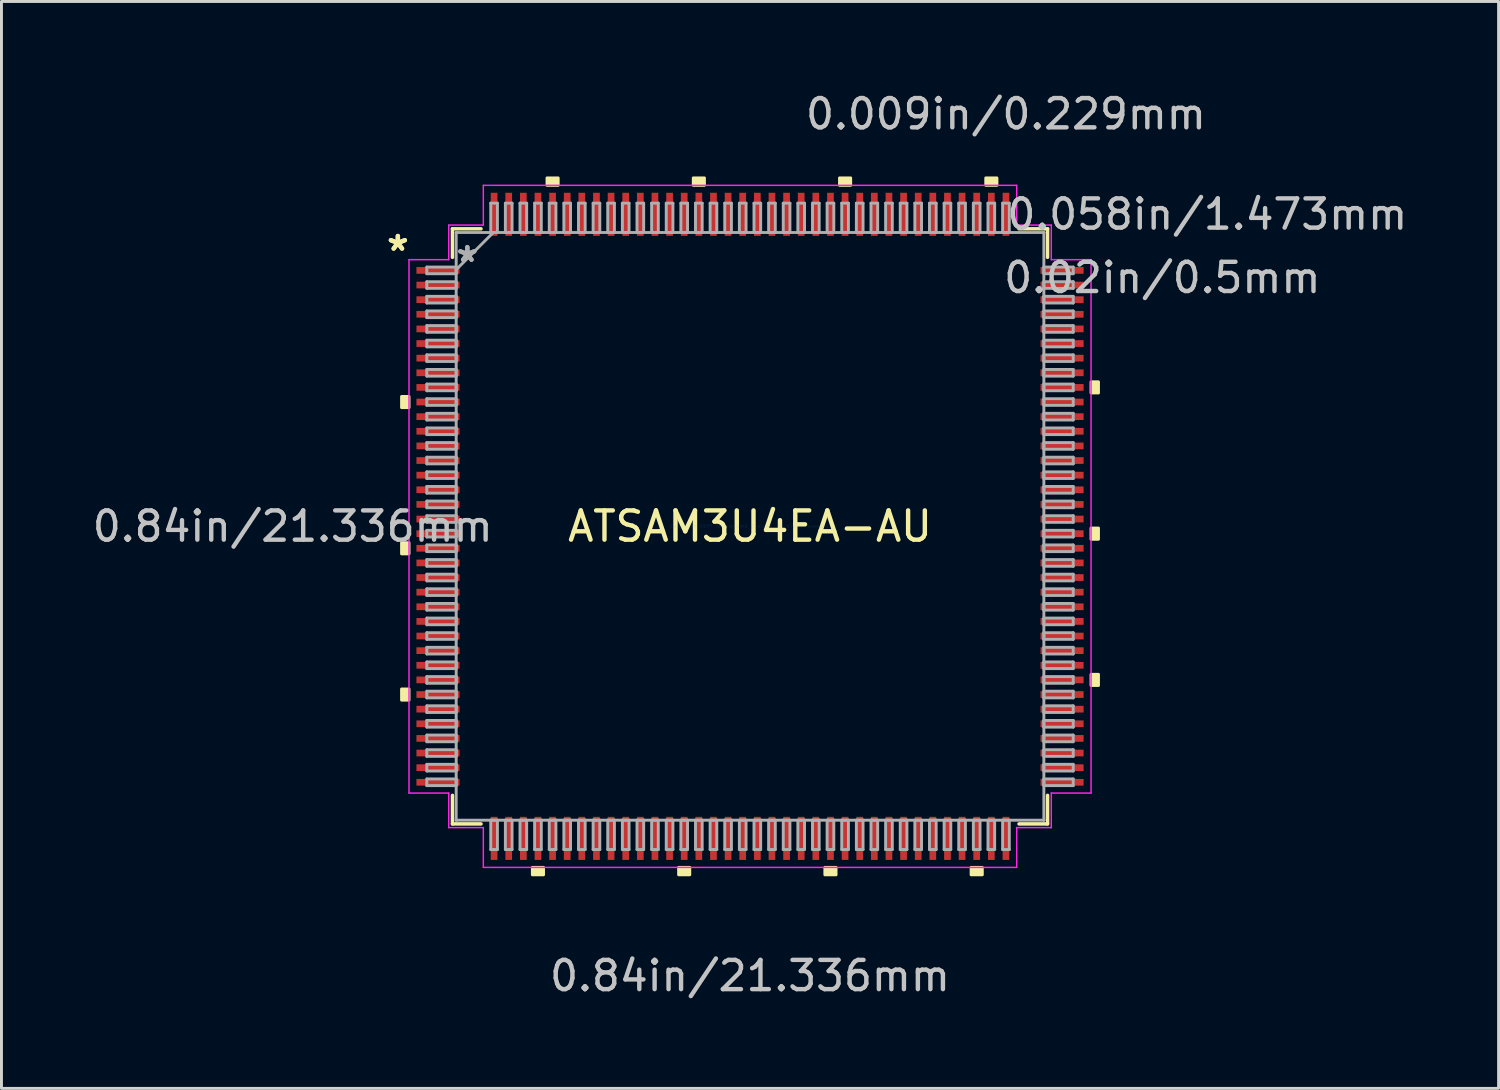
<source format=kicad_pcb>
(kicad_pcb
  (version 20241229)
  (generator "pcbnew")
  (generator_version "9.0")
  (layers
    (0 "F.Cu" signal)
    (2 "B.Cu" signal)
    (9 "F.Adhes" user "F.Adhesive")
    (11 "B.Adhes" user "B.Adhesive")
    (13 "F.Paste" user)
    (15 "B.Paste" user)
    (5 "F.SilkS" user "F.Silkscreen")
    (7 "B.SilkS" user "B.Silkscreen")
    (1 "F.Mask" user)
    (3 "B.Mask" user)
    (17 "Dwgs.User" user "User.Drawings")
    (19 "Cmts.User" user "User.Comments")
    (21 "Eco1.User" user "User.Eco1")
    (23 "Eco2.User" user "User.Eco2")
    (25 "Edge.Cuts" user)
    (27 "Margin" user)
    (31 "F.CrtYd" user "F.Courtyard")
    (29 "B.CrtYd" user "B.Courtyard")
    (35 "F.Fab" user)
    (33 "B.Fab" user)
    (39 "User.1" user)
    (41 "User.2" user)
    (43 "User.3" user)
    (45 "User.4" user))
  (footprint "ATSAM3U4EA-AU"
    (layer "F.Cu")
    (at 22.592 14.945)
    (property "Reference" "ATSAM3U4EA-AU" (at 0 0 0) (layer "F.SilkS") (effects (font (size 1 1) (thickness 0.15))))
    (attr through_hole)
    (fp_line (start -10.173 -10.173) (end -10.173 -9.197) (stroke (width 0.12) (type solid)) (layer "F.SilkS"))
    (fp_line (start -10.173 9.197) (end -10.173 10.173) (stroke (width 0.12) (type solid)) (layer "F.SilkS"))
    (fp_line (start -10.173 10.173) (end -9.197 10.173) (stroke (width 0.12) (type solid)) (layer "F.SilkS"))
    (fp_line (start -9.197 -10.173) (end -10.173 -10.173) (stroke (width 0.12) (type solid)) (layer "F.SilkS"))
    (fp_line (start 9.197 10.173) (end 10.173 10.173) (stroke (width 0.12) (type solid)) (layer "F.SilkS"))
    (fp_line (start 10.173 -10.173) (end 9.197 -10.173) (stroke (width 0.12) (type solid)) (layer "F.SilkS"))
    (fp_line (start 10.173 -9.197) (end 10.173 -10.173) (stroke (width 0.12) (type solid)) (layer "F.SilkS"))
    (fp_line (start 10.173 10.173) (end 10.173 9.197) (stroke (width 0.12) (type solid)) (layer "F.SilkS"))
    (fp_poly (pts (xy -11.913 -4.44) (xy -11.913 -4.059) (xy -11.659 -4.059) (xy -11.659 -4.44)) (stroke (width 0.1) (type solid)) (fill yes) (layer "F.SilkS"))
    (fp_poly (pts (xy -11.913 0.56) (xy -11.913 0.941) (xy -11.659 0.941) (xy -11.659 0.56)) (stroke (width 0.1) (type solid)) (fill yes) (layer "F.SilkS"))
    (fp_poly (pts (xy -11.913 5.56) (xy -11.913 5.941) (xy -11.659 5.941) (xy -11.659 5.56)) (stroke (width 0.1) (type solid)) (fill yes) (layer "F.SilkS"))
    (fp_poly (pts (xy -7.441 11.659) (xy -7.441 11.913) (xy -7.06 11.913) (xy -7.06 11.659)) (stroke (width 0.1) (type solid)) (fill yes) (layer "F.SilkS"))
    (fp_poly (pts (xy -6.94 -11.659) (xy -6.94 -11.913) (xy -6.559 -11.913) (xy -6.559 -11.659)) (stroke (width 0.1) (type solid)) (fill yes) (layer "F.SilkS"))
    (fp_poly (pts (xy -2.441 11.659) (xy -2.441 11.913) (xy -2.06 11.913) (xy -2.06 11.659)) (stroke (width 0.1) (type solid)) (fill yes) (layer "F.SilkS"))
    (fp_poly (pts (xy -1.94 -11.659) (xy -1.94 -11.913) (xy -1.559 -11.913) (xy -1.559 -11.659)) (stroke (width 0.1) (type solid)) (fill yes) (layer "F.SilkS"))
    (fp_poly (pts (xy 2.559 11.659) (xy 2.559 11.913) (xy 2.941 11.913) (xy 2.941 11.659)) (stroke (width 0.1) (type solid)) (fill yes) (layer "F.SilkS"))
    (fp_poly (pts (xy 3.06 -11.659) (xy 3.06 -11.913) (xy 3.441 -11.913) (xy 3.441 -11.659)) (stroke (width 0.1) (type solid)) (fill yes) (layer "F.SilkS"))
    (fp_poly (pts (xy 7.559 11.659) (xy 7.559 11.913) (xy 7.941 11.913) (xy 7.941 11.659)) (stroke (width 0.1) (type solid)) (fill yes) (layer "F.SilkS"))
    (fp_poly (pts (xy 8.06 -11.659) (xy 8.06 -11.913) (xy 8.441 -11.913) (xy 8.441 -11.659)) (stroke (width 0.1) (type solid)) (fill yes) (layer "F.SilkS"))
    (fp_poly (pts (xy 11.913 -4.941) (xy 11.913 -4.56) (xy 11.659 -4.56) (xy 11.659 -4.941)) (stroke (width 0.1) (type solid)) (fill yes) (layer "F.SilkS"))
    (fp_poly (pts (xy 11.913 0.059) (xy 11.913 0.441) (xy 11.659 0.441) (xy 11.659 0.059)) (stroke (width 0.1) (type solid)) (fill yes) (layer "F.SilkS"))
    (fp_poly (pts (xy 11.913 5.059) (xy 11.913 5.441) (xy 11.659 5.441) (xy 11.659 5.059)) (stroke (width 0.1) (type solid)) (fill yes) (layer "F.SilkS"))
    (fp_line (start -11.659 -9.118) (end -10.3 -9.118) (stroke (width 0.05) (type solid)) (layer "F.CrtYd"))
    (fp_line (start -11.659 9.118) (end -11.659 -9.118) (stroke (width 0.05) (type solid)) (layer "F.CrtYd"))
    (fp_line (start -10.3 -10.3) (end -9.118 -10.3) (stroke (width 0.05) (type solid)) (layer "F.CrtYd"))
    (fp_line (start -10.3 -9.118) (end -10.3 -10.3) (stroke (width 0.05) (type solid)) (layer "F.CrtYd"))
    (fp_line (start -10.3 9.118) (end -11.659 9.118) (stroke (width 0.05) (type solid)) (layer "F.CrtYd"))
    (fp_line (start -10.3 10.3) (end -10.3 9.118) (stroke (width 0.05) (type solid)) (layer "F.CrtYd"))
    (fp_line (start -9.118 -11.659) (end 9.118 -11.659) (stroke (width 0.05) (type solid)) (layer "F.CrtYd"))
    (fp_line (start -9.118 -10.3) (end -9.118 -11.659) (stroke (width 0.05) (type solid)) (layer "F.CrtYd"))
    (fp_line (start -9.118 10.3) (end -10.3 10.3) (stroke (width 0.05) (type solid)) (layer "F.CrtYd"))
    (fp_line (start -9.118 11.659) (end -9.118 10.3) (stroke (width 0.05) (type solid)) (layer "F.CrtYd"))
    (fp_line (start 9.118 -11.659) (end 9.118 -10.3) (stroke (width 0.05) (type solid)) (layer "F.CrtYd"))
    (fp_line (start 9.118 -10.3) (end 10.3 -10.3) (stroke (width 0.05) (type solid)) (layer "F.CrtYd"))
    (fp_line (start 9.118 10.3) (end 9.118 11.659) (stroke (width 0.05) (type solid)) (layer "F.CrtYd"))
    (fp_line (start 9.118 11.659) (end -9.118 11.659) (stroke (width 0.05) (type solid)) (layer "F.CrtYd"))
    (fp_line (start 10.3 -10.3) (end 10.3 -9.118) (stroke (width 0.05) (type solid)) (layer "F.CrtYd"))
    (fp_line (start 10.3 -9.118) (end 11.659 -9.118) (stroke (width 0.05) (type solid)) (layer "F.CrtYd"))
    (fp_line (start 10.3 9.118) (end 10.3 10.3) (stroke (width 0.05) (type solid)) (layer "F.CrtYd"))
    (fp_line (start 10.3 10.3) (end 9.118 10.3) (stroke (width 0.05) (type solid)) (layer "F.CrtYd"))
    (fp_line (start 11.659 -9.118) (end 11.659 9.118) (stroke (width 0.05) (type solid)) (layer "F.CrtYd"))
    (fp_line (start 11.659 9.118) (end 10.3 9.118) (stroke (width 0.05) (type solid)) (layer "F.CrtYd"))
    (fp_line (start -11.049 -8.864) (end -11.049 -8.636) (stroke (width 0.1) (type solid)) (layer "F.Fab"))
    (fp_line (start -11.049 -8.636) (end -10.046 -8.636) (stroke (width 0.1) (type solid)) (layer "F.Fab"))
    (fp_line (start -11.049 -8.364) (end -11.049 -8.136) (stroke (width 0.1) (type solid)) (layer "F.Fab"))
    (fp_line (start -11.049 -8.136) (end -10.046 -8.136) (stroke (width 0.1) (type solid)) (layer "F.Fab"))
    (fp_line (start -11.049 -7.864) (end -11.049 -7.636) (stroke (width 0.1) (type solid)) (layer "F.Fab"))
    (fp_line (start -11.049 -7.636) (end -10.046 -7.636) (stroke (width 0.1) (type solid)) (layer "F.Fab"))
    (fp_line (start -11.049 -7.364) (end -11.049 -7.136) (stroke (width 0.1) (type solid)) (layer "F.Fab"))
    (fp_line (start -11.049 -7.136) (end -10.046 -7.136) (stroke (width 0.1) (type solid)) (layer "F.Fab"))
    (fp_line (start -11.049 -6.864) (end -11.049 -6.636) (stroke (width 0.1) (type solid)) (layer "F.Fab"))
    (fp_line (start -11.049 -6.636) (end -10.046 -6.636) (stroke (width 0.1) (type solid)) (layer "F.Fab"))
    (fp_line (start -11.049 -6.364) (end -11.049 -6.136) (stroke (width 0.1) (type solid)) (layer "F.Fab"))
    (fp_line (start -11.049 -6.136) (end -10.046 -6.136) (stroke (width 0.1) (type solid)) (layer "F.Fab"))
    (fp_line (start -11.049 -5.864) (end -11.049 -5.636) (stroke (width 0.1) (type solid)) (layer "F.Fab"))
    (fp_line (start -11.049 -5.636) (end -10.046 -5.636) (stroke (width 0.1) (type solid)) (layer "F.Fab"))
    (fp_line (start -11.049 -5.364) (end -11.049 -5.136) (stroke (width 0.1) (type solid)) (layer "F.Fab"))
    (fp_line (start -11.049 -5.136) (end -10.046 -5.136) (stroke (width 0.1) (type solid)) (layer "F.Fab"))
    (fp_line (start -11.049 -4.864) (end -11.049 -4.636) (stroke (width 0.1) (type solid)) (layer "F.Fab"))
    (fp_line (start -11.049 -4.636) (end -10.046 -4.636) (stroke (width 0.1) (type solid)) (layer "F.Fab"))
    (fp_line (start -11.049 -4.364) (end -11.049 -4.136) (stroke (width 0.1) (type solid)) (layer "F.Fab"))
    (fp_line (start -11.049 -4.136) (end -10.046 -4.136) (stroke (width 0.1) (type solid)) (layer "F.Fab"))
    (fp_line (start -11.049 -3.864) (end -11.049 -3.636) (stroke (width 0.1) (type solid)) (layer "F.Fab"))
    (fp_line (start -11.049 -3.636) (end -10.046 -3.636) (stroke (width 0.1) (type solid)) (layer "F.Fab"))
    (fp_line (start -11.049 -3.364) (end -11.049 -3.136) (stroke (width 0.1) (type solid)) (layer "F.Fab"))
    (fp_line (start -11.049 -3.136) (end -10.046 -3.136) (stroke (width 0.1) (type solid)) (layer "F.Fab"))
    (fp_line (start -11.049 -2.864) (end -11.049 -2.636) (stroke (width 0.1) (type solid)) (layer "F.Fab"))
    (fp_line (start -11.049 -2.636) (end -10.046 -2.636) (stroke (width 0.1) (type solid)) (layer "F.Fab"))
    (fp_line (start -11.049 -2.364) (end -11.049 -2.136) (stroke (width 0.1) (type solid)) (layer "F.Fab"))
    (fp_line (start -11.049 -2.136) (end -10.046 -2.136) (stroke (width 0.1) (type solid)) (layer "F.Fab"))
    (fp_line (start -11.049 -1.864) (end -11.049 -1.636) (stroke (width 0.1) (type solid)) (layer "F.Fab"))
    (fp_line (start -11.049 -1.636) (end -10.046 -1.636) (stroke (width 0.1) (type solid)) (layer "F.Fab"))
    (fp_line (start -11.049 -1.364) (end -11.049 -1.136) (stroke (width 0.1) (type solid)) (layer "F.Fab"))
    (fp_line (start -11.049 -1.136) (end -10.046 -1.136) (stroke (width 0.1) (type solid)) (layer "F.Fab"))
    (fp_line (start -11.049 -0.864) (end -11.049 -0.636) (stroke (width 0.1) (type solid)) (layer "F.Fab"))
    (fp_line (start -11.049 -0.636) (end -10.046 -0.636) (stroke (width 0.1) (type solid)) (layer "F.Fab"))
    (fp_line (start -11.049 -0.364) (end -11.049 -0.136) (stroke (width 0.1) (type solid)) (layer "F.Fab"))
    (fp_line (start -11.049 -0.136) (end -10.046 -0.136) (stroke (width 0.1) (type solid)) (layer "F.Fab"))
    (fp_line (start -11.049 0.136) (end -11.049 0.364) (stroke (width 0.1) (type solid)) (layer "F.Fab"))
    (fp_line (start -11.049 0.364) (end -10.046 0.364) (stroke (width 0.1) (type solid)) (layer "F.Fab"))
    (fp_line (start -11.049 0.636) (end -11.049 0.864) (stroke (width 0.1) (type solid)) (layer "F.Fab"))
    (fp_line (start -11.049 0.864) (end -10.046 0.864) (stroke (width 0.1) (type solid)) (layer "F.Fab"))
    (fp_line (start -11.049 1.136) (end -11.049 1.364) (stroke (width 0.1) (type solid)) (layer "F.Fab"))
    (fp_line (start -11.049 1.364) (end -10.046 1.364) (stroke (width 0.1) (type solid)) (layer "F.Fab"))
    (fp_line (start -11.049 1.636) (end -11.049 1.864) (stroke (width 0.1) (type solid)) (layer "F.Fab"))
    (fp_line (start -11.049 1.864) (end -10.046 1.864) (stroke (width 0.1) (type solid)) (layer "F.Fab"))
    (fp_line (start -11.049 2.136) (end -11.049 2.364) (stroke (width 0.1) (type solid)) (layer "F.Fab"))
    (fp_line (start -11.049 2.364) (end -10.046 2.364) (stroke (width 0.1) (type solid)) (layer "F.Fab"))
    (fp_line (start -11.049 2.636) (end -11.049 2.864) (stroke (width 0.1) (type solid)) (layer "F.Fab"))
    (fp_line (start -11.049 2.864) (end -10.046 2.864) (stroke (width 0.1) (type solid)) (layer "F.Fab"))
    (fp_line (start -11.049 3.136) (end -11.049 3.364) (stroke (width 0.1) (type solid)) (layer "F.Fab"))
    (fp_line (start -11.049 3.364) (end -10.046 3.364) (stroke (width 0.1) (type solid)) (layer "F.Fab"))
    (fp_line (start -11.049 3.636) (end -11.049 3.864) (stroke (width 0.1) (type solid)) (layer "F.Fab"))
    (fp_line (start -11.049 3.864) (end -10.046 3.864) (stroke (width 0.1) (type solid)) (layer "F.Fab"))
    (fp_line (start -11.049 4.136) (end -11.049 4.364) (stroke (width 0.1) (type solid)) (layer "F.Fab"))
    (fp_line (start -11.049 4.364) (end -10.046 4.364) (stroke (width 0.1) (type solid)) (layer "F.Fab"))
    (fp_line (start -11.049 4.636) (end -11.049 4.864) (stroke (width 0.1) (type solid)) (layer "F.Fab"))
    (fp_line (start -11.049 4.864) (end -10.046 4.864) (stroke (width 0.1) (type solid)) (layer "F.Fab"))
    (fp_line (start -11.049 5.136) (end -11.049 5.364) (stroke (width 0.1) (type solid)) (layer "F.Fab"))
    (fp_line (start -11.049 5.364) (end -10.046 5.364) (stroke (width 0.1) (type solid)) (layer "F.Fab"))
    (fp_line (start -11.049 5.636) (end -11.049 5.864) (stroke (width 0.1) (type solid)) (layer "F.Fab"))
    (fp_line (start -11.049 5.864) (end -10.046 5.864) (stroke (width 0.1) (type solid)) (layer "F.Fab"))
    (fp_line (start -11.049 6.136) (end -11.049 6.364) (stroke (width 0.1) (type solid)) (layer "F.Fab"))
    (fp_line (start -11.049 6.364) (end -10.046 6.364) (stroke (width 0.1) (type solid)) (layer "F.Fab"))
    (fp_line (start -11.049 6.636) (end -11.049 6.864) (stroke (width 0.1) (type solid)) (layer "F.Fab"))
    (fp_line (start -11.049 6.864) (end -10.046 6.864) (stroke (width 0.1) (type solid)) (layer "F.Fab"))
    (fp_line (start -11.049 7.136) (end -11.049 7.364) (stroke (width 0.1) (type solid)) (layer "F.Fab"))
    (fp_line (start -11.049 7.364) (end -10.046 7.364) (stroke (width 0.1) (type solid)) (layer "F.Fab"))
    (fp_line (start -11.049 7.636) (end -11.049 7.864) (stroke (width 0.1) (type solid)) (layer "F.Fab"))
    (fp_line (start -11.049 7.864) (end -10.046 7.864) (stroke (width 0.1) (type solid)) (layer "F.Fab"))
    (fp_line (start -11.049 8.136) (end -11.049 8.364) (stroke (width 0.1) (type solid)) (layer "F.Fab"))
    (fp_line (start -11.049 8.364) (end -10.046 8.364) (stroke (width 0.1) (type solid)) (layer "F.Fab"))
    (fp_line (start -11.049 8.636) (end -11.049 8.864) (stroke (width 0.1) (type solid)) (layer "F.Fab"))
    (fp_line (start -11.049 8.864) (end -10.046 8.864) (stroke (width 0.1) (type solid)) (layer "F.Fab"))
    (fp_line (start -10.046 -10.046) (end -10.046 -10.046) (stroke (width 0.1) (type solid)) (layer "F.Fab"))
    (fp_line (start -10.046 -10.046) (end -10.046 10.046) (stroke (width 0.1) (type solid)) (layer "F.Fab"))
    (fp_line (start -10.046 -8.864) (end -11.049 -8.864) (stroke (width 0.1) (type solid)) (layer "F.Fab"))
    (fp_line (start -10.046 -8.776) (end -8.776 -10.046) (stroke (width 0.1) (type solid)) (layer "F.Fab"))
    (fp_line (start -10.046 -8.636) (end -10.046 -8.864) (stroke (width 0.1) (type solid)) (layer "F.Fab"))
    (fp_line (start -10.046 -8.364) (end -11.049 -8.364) (stroke (width 0.1) (type solid)) (layer "F.Fab"))
    (fp_line (start -10.046 -8.136) (end -10.046 -8.364) (stroke (width 0.1) (type solid)) (layer "F.Fab"))
    (fp_line (start -10.046 -7.864) (end -11.049 -7.864) (stroke (width 0.1) (type solid)) (layer "F.Fab"))
    (fp_line (start -10.046 -7.636) (end -10.046 -7.864) (stroke (width 0.1) (type solid)) (layer "F.Fab"))
    (fp_line (start -10.046 -7.364) (end -11.049 -7.364) (stroke (width 0.1) (type solid)) (layer "F.Fab"))
    (fp_line (start -10.046 -7.136) (end -10.046 -7.364) (stroke (width 0.1) (type solid)) (layer "F.Fab"))
    (fp_line (start -10.046 -6.864) (end -11.049 -6.864) (stroke (width 0.1) (type solid)) (layer "F.Fab"))
    (fp_line (start -10.046 -6.636) (end -10.046 -6.864) (stroke (width 0.1) (type solid)) (layer "F.Fab"))
    (fp_line (start -10.046 -6.364) (end -11.049 -6.364) (stroke (width 0.1) (type solid)) (layer "F.Fab"))
    (fp_line (start -10.046 -6.136) (end -10.046 -6.364) (stroke (width 0.1) (type solid)) (layer "F.Fab"))
    (fp_line (start -10.046 -5.864) (end -11.049 -5.864) (stroke (width 0.1) (type solid)) (layer "F.Fab"))
    (fp_line (start -10.046 -5.636) (end -10.046 -5.864) (stroke (width 0.1) (type solid)) (layer "F.Fab"))
    (fp_line (start -10.046 -5.364) (end -11.049 -5.364) (stroke (width 0.1) (type solid)) (layer "F.Fab"))
    (fp_line (start -10.046 -5.136) (end -10.046 -5.364) (stroke (width 0.1) (type solid)) (layer "F.Fab"))
    (fp_line (start -10.046 -4.864) (end -11.049 -4.864) (stroke (width 0.1) (type solid)) (layer "F.Fab"))
    (fp_line (start -10.046 -4.636) (end -10.046 -4.864) (stroke (width 0.1) (type solid)) (layer "F.Fab"))
    (fp_line (start -10.046 -4.364) (end -11.049 -4.364) (stroke (width 0.1) (type solid)) (layer "F.Fab"))
    (fp_line (start -10.046 -4.136) (end -10.046 -4.364) (stroke (width 0.1) (type solid)) (layer "F.Fab"))
    (fp_line (start -10.046 -3.864) (end -11.049 -3.864) (stroke (width 0.1) (type solid)) (layer "F.Fab"))
    (fp_line (start -10.046 -3.636) (end -10.046 -3.864) (stroke (width 0.1) (type solid)) (layer "F.Fab"))
    (fp_line (start -10.046 -3.364) (end -11.049 -3.364) (stroke (width 0.1) (type solid)) (layer "F.Fab"))
    (fp_line (start -10.046 -3.136) (end -10.046 -3.364) (stroke (width 0.1) (type solid)) (layer "F.Fab"))
    (fp_line (start -10.046 -2.864) (end -11.049 -2.864) (stroke (width 0.1) (type solid)) (layer "F.Fab"))
    (fp_line (start -10.046 -2.636) (end -10.046 -2.864) (stroke (width 0.1) (type solid)) (layer "F.Fab"))
    (fp_line (start -10.046 -2.364) (end -11.049 -2.364) (stroke (width 0.1) (type solid)) (layer "F.Fab"))
    (fp_line (start -10.046 -2.136) (end -10.046 -2.364) (stroke (width 0.1) (type solid)) (layer "F.Fab"))
    (fp_line (start -10.046 -1.864) (end -11.049 -1.864) (stroke (width 0.1) (type solid)) (layer "F.Fab"))
    (fp_line (start -10.046 -1.636) (end -10.046 -1.864) (stroke (width 0.1) (type solid)) (layer "F.Fab"))
    (fp_line (start -10.046 -1.364) (end -11.049 -1.364) (stroke (width 0.1) (type solid)) (layer "F.Fab"))
    (fp_line (start -10.046 -1.136) (end -10.046 -1.364) (stroke (width 0.1) (type solid)) (layer "F.Fab"))
    (fp_line (start -10.046 -0.864) (end -11.049 -0.864) (stroke (width 0.1) (type solid)) (layer "F.Fab"))
    (fp_line (start -10.046 -0.636) (end -10.046 -0.864) (stroke (width 0.1) (type solid)) (layer "F.Fab"))
    (fp_line (start -10.046 -0.364) (end -11.049 -0.364) (stroke (width 0.1) (type solid)) (layer "F.Fab"))
    (fp_line (start -10.046 -0.136) (end -10.046 -0.364) (stroke (width 0.1) (type solid)) (layer "F.Fab"))
    (fp_line (start -10.046 0.136) (end -11.049 0.136) (stroke (width 0.1) (type solid)) (layer "F.Fab"))
    (fp_line (start -10.046 0.364) (end -10.046 0.136) (stroke (width 0.1) (type solid)) (layer "F.Fab"))
    (fp_line (start -10.046 0.636) (end -11.049 0.636) (stroke (width 0.1) (type solid)) (layer "F.Fab"))
    (fp_line (start -10.046 0.864) (end -10.046 0.636) (stroke (width 0.1) (type solid)) (layer "F.Fab"))
    (fp_line (start -10.046 1.136) (end -11.049 1.136) (stroke (width 0.1) (type solid)) (layer "F.Fab"))
    (fp_line (start -10.046 1.364) (end -10.046 1.136) (stroke (width 0.1) (type solid)) (layer "F.Fab"))
    (fp_line (start -10.046 1.636) (end -11.049 1.636) (stroke (width 0.1) (type solid)) (layer "F.Fab"))
    (fp_line (start -10.046 1.864) (end -10.046 1.636) (stroke (width 0.1) (type solid)) (layer "F.Fab"))
    (fp_line (start -10.046 2.136) (end -11.049 2.136) (stroke (width 0.1) (type solid)) (layer "F.Fab"))
    (fp_line (start -10.046 2.364) (end -10.046 2.136) (stroke (width 0.1) (type solid)) (layer "F.Fab"))
    (fp_line (start -10.046 2.636) (end -11.049 2.636) (stroke (width 0.1) (type solid)) (layer "F.Fab"))
    (fp_line (start -10.046 2.864) (end -10.046 2.636) (stroke (width 0.1) (type solid)) (layer "F.Fab"))
    (fp_line (start -10.046 3.136) (end -11.049 3.136) (stroke (width 0.1) (type solid)) (layer "F.Fab"))
    (fp_line (start -10.046 3.364) (end -10.046 3.136) (stroke (width 0.1) (type solid)) (layer "F.Fab"))
    (fp_line (start -10.046 3.636) (end -11.049 3.636) (stroke (width 0.1) (type solid)) (layer "F.Fab"))
    (fp_line (start -10.046 3.864) (end -10.046 3.636) (stroke (width 0.1) (type solid)) (layer "F.Fab"))
    (fp_line (start -10.046 4.136) (end -11.049 4.136) (stroke (width 0.1) (type solid)) (layer "F.Fab"))
    (fp_line (start -10.046 4.364) (end -10.046 4.136) (stroke (width 0.1) (type solid)) (layer "F.Fab"))
    (fp_line (start -10.046 4.636) (end -11.049 4.636) (stroke (width 0.1) (type solid)) (layer "F.Fab"))
    (fp_line (start -10.046 4.864) (end -10.046 4.636) (stroke (width 0.1) (type solid)) (layer "F.Fab"))
    (fp_line (start -10.046 5.136) (end -11.049 5.136) (stroke (width 0.1) (type solid)) (layer "F.Fab"))
    (fp_line (start -10.046 5.364) (end -10.046 5.136) (stroke (width 0.1) (type solid)) (layer "F.Fab"))
    (fp_line (start -10.046 5.636) (end -11.049 5.636) (stroke (width 0.1) (type solid)) (layer "F.Fab"))
    (fp_line (start -10.046 5.864) (end -10.046 5.636) (stroke (width 0.1) (type solid)) (layer "F.Fab"))
    (fp_line (start -10.046 6.136) (end -11.049 6.136) (stroke (width 0.1) (type solid)) (layer "F.Fab"))
    (fp_line (start -10.046 6.364) (end -10.046 6.136) (stroke (width 0.1) (type solid)) (layer "F.Fab"))
    (fp_line (start -10.046 6.636) (end -11.049 6.636) (stroke (width 0.1) (type solid)) (layer "F.Fab"))
    (fp_line (start -10.046 6.864) (end -10.046 6.636) (stroke (width 0.1) (type solid)) (layer "F.Fab"))
    (fp_line (start -10.046 7.136) (end -11.049 7.136) (stroke (width 0.1) (type solid)) (layer "F.Fab"))
    (fp_line (start -10.046 7.364) (end -10.046 7.136) (stroke (width 0.1) (type solid)) (layer "F.Fab"))
    (fp_line (start -10.046 7.636) (end -11.049 7.636) (stroke (width 0.1) (type solid)) (layer "F.Fab"))
    (fp_line (start -10.046 7.864) (end -10.046 7.636) (stroke (width 0.1) (type solid)) (layer "F.Fab"))
    (fp_line (start -10.046 8.136) (end -11.049 8.136) (stroke (width 0.1) (type solid)) (layer "F.Fab"))
    (fp_line (start -10.046 8.364) (end -10.046 8.136) (stroke (width 0.1) (type solid)) (layer "F.Fab"))
    (fp_line (start -10.046 8.636) (end -11.049 8.636) (stroke (width 0.1) (type solid)) (layer "F.Fab"))
    (fp_line (start -10.046 8.864) (end -10.046 8.636) (stroke (width 0.1) (type solid)) (layer "F.Fab"))
    (fp_line (start -10.046 10.046) (end -10.046 10.046) (stroke (width 0.1) (type solid)) (layer "F.Fab"))
    (fp_line (start -10.046 10.046) (end 10.046 10.046) (stroke (width 0.1) (type solid)) (layer "F.Fab"))
    (fp_line (start -8.864 -11.049) (end -8.864 -10.046) (stroke (width 0.1) (type solid)) (layer "F.Fab"))
    (fp_line (start -8.864 -10.046) (end -8.636 -10.046) (stroke (width 0.1) (type solid)) (layer "F.Fab"))
    (fp_line (start -8.864 10.046) (end -8.864 11.049) (stroke (width 0.1) (type solid)) (layer "F.Fab"))
    (fp_line (start -8.864 11.049) (end -8.636 11.049) (stroke (width 0.1) (type solid)) (layer "F.Fab"))
    (fp_line (start -8.636 -11.049) (end -8.864 -11.049) (stroke (width 0.1) (type solid)) (layer "F.Fab"))
    (fp_line (start -8.636 -10.046) (end -8.636 -11.049) (stroke (width 0.1) (type solid)) (layer "F.Fab"))
    (fp_line (start -8.636 10.046) (end -8.864 10.046) (stroke (width 0.1) (type solid)) (layer "F.Fab"))
    (fp_line (start -8.636 11.049) (end -8.636 10.046) (stroke (width 0.1) (type solid)) (layer "F.Fab"))
    (fp_line (start -8.364 -11.049) (end -8.364 -10.046) (stroke (width 0.1) (type solid)) (layer "F.Fab"))
    (fp_line (start -8.364 -10.046) (end -8.136 -10.046) (stroke (width 0.1) (type solid)) (layer "F.Fab"))
    (fp_line (start -8.364 10.046) (end -8.364 11.049) (stroke (width 0.1) (type solid)) (layer "F.Fab"))
    (fp_line (start -8.364 11.049) (end -8.136 11.049) (stroke (width 0.1) (type solid)) (layer "F.Fab"))
    (fp_line (start -8.136 -11.049) (end -8.364 -11.049) (stroke (width 0.1) (type solid)) (layer "F.Fab"))
    (fp_line (start -8.136 -10.046) (end -8.136 -11.049) (stroke (width 0.1) (type solid)) (layer "F.Fab"))
    (fp_line (start -8.136 10.046) (end -8.364 10.046) (stroke (width 0.1) (type solid)) (layer "F.Fab"))
    (fp_line (start -8.136 11.049) (end -8.136 10.046) (stroke (width 0.1) (type solid)) (layer "F.Fab"))
    (fp_line (start -7.864 -11.049) (end -7.864 -10.046) (stroke (width 0.1) (type solid)) (layer "F.Fab"))
    (fp_line (start -7.864 -10.046) (end -7.636 -10.046) (stroke (width 0.1) (type solid)) (layer "F.Fab"))
    (fp_line (start -7.864 10.046) (end -7.864 11.049) (stroke (width 0.1) (type solid)) (layer "F.Fab"))
    (fp_line (start -7.864 11.049) (end -7.636 11.049) (stroke (width 0.1) (type solid)) (layer "F.Fab"))
    (fp_line (start -7.636 -11.049) (end -7.864 -11.049) (stroke (width 0.1) (type solid)) (layer "F.Fab"))
    (fp_line (start -7.636 -10.046) (end -7.636 -11.049) (stroke (width 0.1) (type solid)) (layer "F.Fab"))
    (fp_line (start -7.636 10.046) (end -7.864 10.046) (stroke (width 0.1) (type solid)) (layer "F.Fab"))
    (fp_line (start -7.636 11.049) (end -7.636 10.046) (stroke (width 0.1) (type solid)) (layer "F.Fab"))
    (fp_line (start -7.364 -11.049) (end -7.364 -10.046) (stroke (width 0.1) (type solid)) (layer "F.Fab"))
    (fp_line (start -7.364 -10.046) (end -7.136 -10.046) (stroke (width 0.1) (type solid)) (layer "F.Fab"))
    (fp_line (start -7.364 10.046) (end -7.364 11.049) (stroke (width 0.1) (type solid)) (layer "F.Fab"))
    (fp_line (start -7.364 11.049) (end -7.136 11.049) (stroke (width 0.1) (type solid)) (layer "F.Fab"))
    (fp_line (start -7.136 -11.049) (end -7.364 -11.049) (stroke (width 0.1) (type solid)) (layer "F.Fab"))
    (fp_line (start -7.136 -10.046) (end -7.136 -11.049) (stroke (width 0.1) (type solid)) (layer "F.Fab"))
    (fp_line (start -7.136 10.046) (end -7.364 10.046) (stroke (width 0.1) (type solid)) (layer "F.Fab"))
    (fp_line (start -7.136 11.049) (end -7.136 10.046) (stroke (width 0.1) (type solid)) (layer "F.Fab"))
    (fp_line (start -6.864 -11.049) (end -6.864 -10.046) (stroke (width 0.1) (type solid)) (layer "F.Fab"))
    (fp_line (start -6.864 -10.046) (end -6.636 -10.046) (stroke (width 0.1) (type solid)) (layer "F.Fab"))
    (fp_line (start -6.864 10.046) (end -6.864 11.049) (stroke (width 0.1) (type solid)) (layer "F.Fab"))
    (fp_line (start -6.864 11.049) (end -6.636 11.049) (stroke (width 0.1) (type solid)) (layer "F.Fab"))
    (fp_line (start -6.636 -11.049) (end -6.864 -11.049) (stroke (width 0.1) (type solid)) (layer "F.Fab"))
    (fp_line (start -6.636 -10.046) (end -6.636 -11.049) (stroke (width 0.1) (type solid)) (layer "F.Fab"))
    (fp_line (start -6.636 10.046) (end -6.864 10.046) (stroke (width 0.1) (type solid)) (layer "F.Fab"))
    (fp_line (start -6.636 11.049) (end -6.636 10.046) (stroke (width 0.1) (type solid)) (layer "F.Fab"))
    (fp_line (start -6.364 -11.049) (end -6.364 -10.046) (stroke (width 0.1) (type solid)) (layer "F.Fab"))
    (fp_line (start -6.364 -10.046) (end -6.136 -10.046) (stroke (width 0.1) (type solid)) (layer "F.Fab"))
    (fp_line (start -6.364 10.046) (end -6.364 11.049) (stroke (width 0.1) (type solid)) (layer "F.Fab"))
    (fp_line (start -6.364 11.049) (end -6.136 11.049) (stroke (width 0.1) (type solid)) (layer "F.Fab"))
    (fp_line (start -6.136 -11.049) (end -6.364 -11.049) (stroke (width 0.1) (type solid)) (layer "F.Fab"))
    (fp_line (start -6.136 -10.046) (end -6.136 -11.049) (stroke (width 0.1) (type solid)) (layer "F.Fab"))
    (fp_line (start -6.136 10.046) (end -6.364 10.046) (stroke (width 0.1) (type solid)) (layer "F.Fab"))
    (fp_line (start -6.136 11.049) (end -6.136 10.046) (stroke (width 0.1) (type solid)) (layer "F.Fab"))
    (fp_line (start -5.864 -11.049) (end -5.864 -10.046) (stroke (width 0.1) (type solid)) (layer "F.Fab"))
    (fp_line (start -5.864 -10.046) (end -5.636 -10.046) (stroke (width 0.1) (type solid)) (layer "F.Fab"))
    (fp_line (start -5.864 10.046) (end -5.864 11.049) (stroke (width 0.1) (type solid)) (layer "F.Fab"))
    (fp_line (start -5.864 11.049) (end -5.636 11.049) (stroke (width 0.1) (type solid)) (layer "F.Fab"))
    (fp_line (start -5.636 -11.049) (end -5.864 -11.049) (stroke (width 0.1) (type solid)) (layer "F.Fab"))
    (fp_line (start -5.636 -10.046) (end -5.636 -11.049) (stroke (width 0.1) (type solid)) (layer "F.Fab"))
    (fp_line (start -5.636 10.046) (end -5.864 10.046) (stroke (width 0.1) (type solid)) (layer "F.Fab"))
    (fp_line (start -5.636 11.049) (end -5.636 10.046) (stroke (width 0.1) (type solid)) (layer "F.Fab"))
    (fp_line (start -5.364 -11.049) (end -5.364 -10.046) (stroke (width 0.1) (type solid)) (layer "F.Fab"))
    (fp_line (start -5.364 -10.046) (end -5.136 -10.046) (stroke (width 0.1) (type solid)) (layer "F.Fab"))
    (fp_line (start -5.364 10.046) (end -5.364 11.049) (stroke (width 0.1) (type solid)) (layer "F.Fab"))
    (fp_line (start -5.364 11.049) (end -5.136 11.049) (stroke (width 0.1) (type solid)) (layer "F.Fab"))
    (fp_line (start -5.136 -11.049) (end -5.364 -11.049) (stroke (width 0.1) (type solid)) (layer "F.Fab"))
    (fp_line (start -5.136 -10.046) (end -5.136 -11.049) (stroke (width 0.1) (type solid)) (layer "F.Fab"))
    (fp_line (start -5.136 10.046) (end -5.364 10.046) (stroke (width 0.1) (type solid)) (layer "F.Fab"))
    (fp_line (start -5.136 11.049) (end -5.136 10.046) (stroke (width 0.1) (type solid)) (layer "F.Fab"))
    (fp_line (start -4.864 -11.049) (end -4.864 -10.046) (stroke (width 0.1) (type solid)) (layer "F.Fab"))
    (fp_line (start -4.864 -10.046) (end -4.636 -10.046) (stroke (width 0.1) (type solid)) (layer "F.Fab"))
    (fp_line (start -4.864 10.046) (end -4.864 11.049) (stroke (width 0.1) (type solid)) (layer "F.Fab"))
    (fp_line (start -4.864 11.049) (end -4.636 11.049) (stroke (width 0.1) (type solid)) (layer "F.Fab"))
    (fp_line (start -4.636 -11.049) (end -4.864 -11.049) (stroke (width 0.1) (type solid)) (layer "F.Fab"))
    (fp_line (start -4.636 -10.046) (end -4.636 -11.049) (stroke (width 0.1) (type solid)) (layer "F.Fab"))
    (fp_line (start -4.636 10.046) (end -4.864 10.046) (stroke (width 0.1) (type solid)) (layer "F.Fab"))
    (fp_line (start -4.636 11.049) (end -4.636 10.046) (stroke (width 0.1) (type solid)) (layer "F.Fab"))
    (fp_line (start -4.364 -11.049) (end -4.364 -10.046) (stroke (width 0.1) (type solid)) (layer "F.Fab"))
    (fp_line (start -4.364 -10.046) (end -4.136 -10.046) (stroke (width 0.1) (type solid)) (layer "F.Fab"))
    (fp_line (start -4.364 10.046) (end -4.364 11.049) (stroke (width 0.1) (type solid)) (layer "F.Fab"))
    (fp_line (start -4.364 11.049) (end -4.136 11.049) (stroke (width 0.1) (type solid)) (layer "F.Fab"))
    (fp_line (start -4.136 -11.049) (end -4.364 -11.049) (stroke (width 0.1) (type solid)) (layer "F.Fab"))
    (fp_line (start -4.136 -10.046) (end -4.136 -11.049) (stroke (width 0.1) (type solid)) (layer "F.Fab"))
    (fp_line (start -4.136 10.046) (end -4.364 10.046) (stroke (width 0.1) (type solid)) (layer "F.Fab"))
    (fp_line (start -4.136 11.049) (end -4.136 10.046) (stroke (width 0.1) (type solid)) (layer "F.Fab"))
    (fp_line (start -3.864 -11.049) (end -3.864 -10.046) (stroke (width 0.1) (type solid)) (layer "F.Fab"))
    (fp_line (start -3.864 -10.046) (end -3.636 -10.046) (stroke (width 0.1) (type solid)) (layer "F.Fab"))
    (fp_line (start -3.864 10.046) (end -3.864 11.049) (stroke (width 0.1) (type solid)) (layer "F.Fab"))
    (fp_line (start -3.864 11.049) (end -3.636 11.049) (stroke (width 0.1) (type solid)) (layer "F.Fab"))
    (fp_line (start -3.636 -11.049) (end -3.864 -11.049) (stroke (width 0.1) (type solid)) (layer "F.Fab"))
    (fp_line (start -3.636 -10.046) (end -3.636 -11.049) (stroke (width 0.1) (type solid)) (layer "F.Fab"))
    (fp_line (start -3.636 10.046) (end -3.864 10.046) (stroke (width 0.1) (type solid)) (layer "F.Fab"))
    (fp_line (start -3.636 11.049) (end -3.636 10.046) (stroke (width 0.1) (type solid)) (layer "F.Fab"))
    (fp_line (start -3.364 -11.049) (end -3.364 -10.046) (stroke (width 0.1) (type solid)) (layer "F.Fab"))
    (fp_line (start -3.364 -10.046) (end -3.136 -10.046) (stroke (width 0.1) (type solid)) (layer "F.Fab"))
    (fp_line (start -3.364 10.046) (end -3.364 11.049) (stroke (width 0.1) (type solid)) (layer "F.Fab"))
    (fp_line (start -3.364 11.049) (end -3.136 11.049) (stroke (width 0.1) (type solid)) (layer "F.Fab"))
    (fp_line (start -3.136 -11.049) (end -3.364 -11.049) (stroke (width 0.1) (type solid)) (layer "F.Fab"))
    (fp_line (start -3.136 -10.046) (end -3.136 -11.049) (stroke (width 0.1) (type solid)) (layer "F.Fab"))
    (fp_line (start -3.136 10.046) (end -3.364 10.046) (stroke (width 0.1) (type solid)) (layer "F.Fab"))
    (fp_line (start -3.136 11.049) (end -3.136 10.046) (stroke (width 0.1) (type solid)) (layer "F.Fab"))
    (fp_line (start -2.864 -11.049) (end -2.864 -10.046) (stroke (width 0.1) (type solid)) (layer "F.Fab"))
    (fp_line (start -2.864 -10.046) (end -2.636 -10.046) (stroke (width 0.1) (type solid)) (layer "F.Fab"))
    (fp_line (start -2.864 10.046) (end -2.864 11.049) (stroke (width 0.1) (type solid)) (layer "F.Fab"))
    (fp_line (start -2.864 11.049) (end -2.636 11.049) (stroke (width 0.1) (type solid)) (layer "F.Fab"))
    (fp_line (start -2.636 -11.049) (end -2.864 -11.049) (stroke (width 0.1) (type solid)) (layer "F.Fab"))
    (fp_line (start -2.636 -10.046) (end -2.636 -11.049) (stroke (width 0.1) (type solid)) (layer "F.Fab"))
    (fp_line (start -2.636 10.046) (end -2.864 10.046) (stroke (width 0.1) (type solid)) (layer "F.Fab"))
    (fp_line (start -2.636 11.049) (end -2.636 10.046) (stroke (width 0.1) (type solid)) (layer "F.Fab"))
    (fp_line (start -2.364 -11.049) (end -2.364 -10.046) (stroke (width 0.1) (type solid)) (layer "F.Fab"))
    (fp_line (start -2.364 -10.046) (end -2.136 -10.046) (stroke (width 0.1) (type solid)) (layer "F.Fab"))
    (fp_line (start -2.364 10.046) (end -2.364 11.049) (stroke (width 0.1) (type solid)) (layer "F.Fab"))
    (fp_line (start -2.364 11.049) (end -2.136 11.049) (stroke (width 0.1) (type solid)) (layer "F.Fab"))
    (fp_line (start -2.136 -11.049) (end -2.364 -11.049) (stroke (width 0.1) (type solid)) (layer "F.Fab"))
    (fp_line (start -2.136 -10.046) (end -2.136 -11.049) (stroke (width 0.1) (type solid)) (layer "F.Fab"))
    (fp_line (start -2.136 10.046) (end -2.364 10.046) (stroke (width 0.1) (type solid)) (layer "F.Fab"))
    (fp_line (start -2.136 11.049) (end -2.136 10.046) (stroke (width 0.1) (type solid)) (layer "F.Fab"))
    (fp_line (start -1.864 -11.049) (end -1.864 -10.046) (stroke (width 0.1) (type solid)) (layer "F.Fab"))
    (fp_line (start -1.864 -10.046) (end -1.636 -10.046) (stroke (width 0.1) (type solid)) (layer "F.Fab"))
    (fp_line (start -1.864 10.046) (end -1.864 11.049) (stroke (width 0.1) (type solid)) (layer "F.Fab"))
    (fp_line (start -1.864 11.049) (end -1.636 11.049) (stroke (width 0.1) (type solid)) (layer "F.Fab"))
    (fp_line (start -1.636 -11.049) (end -1.864 -11.049) (stroke (width 0.1) (type solid)) (layer "F.Fab"))
    (fp_line (start -1.636 -10.046) (end -1.636 -11.049) (stroke (width 0.1) (type solid)) (layer "F.Fab"))
    (fp_line (start -1.636 10.046) (end -1.864 10.046) (stroke (width 0.1) (type solid)) (layer "F.Fab"))
    (fp_line (start -1.636 11.049) (end -1.636 10.046) (stroke (width 0.1) (type solid)) (layer "F.Fab"))
    (fp_line (start -1.364 -11.049) (end -1.364 -10.046) (stroke (width 0.1) (type solid)) (layer "F.Fab"))
    (fp_line (start -1.364 -10.046) (end -1.136 -10.046) (stroke (width 0.1) (type solid)) (layer "F.Fab"))
    (fp_line (start -1.364 10.046) (end -1.364 11.049) (stroke (width 0.1) (type solid)) (layer "F.Fab"))
    (fp_line (start -1.364 11.049) (end -1.136 11.049) (stroke (width 0.1) (type solid)) (layer "F.Fab"))
    (fp_line (start -1.136 -11.049) (end -1.364 -11.049) (stroke (width 0.1) (type solid)) (layer "F.Fab"))
    (fp_line (start -1.136 -10.046) (end -1.136 -11.049) (stroke (width 0.1) (type solid)) (layer "F.Fab"))
    (fp_line (start -1.136 10.046) (end -1.364 10.046) (stroke (width 0.1) (type solid)) (layer "F.Fab"))
    (fp_line (start -1.136 11.049) (end -1.136 10.046) (stroke (width 0.1) (type solid)) (layer "F.Fab"))
    (fp_line (start -0.864 -11.049) (end -0.864 -10.046) (stroke (width 0.1) (type solid)) (layer "F.Fab"))
    (fp_line (start -0.864 -10.046) (end -0.636 -10.046) (stroke (width 0.1) (type solid)) (layer "F.Fab"))
    (fp_line (start -0.864 10.046) (end -0.864 11.049) (stroke (width 0.1) (type solid)) (layer "F.Fab"))
    (fp_line (start -0.864 11.049) (end -0.636 11.049) (stroke (width 0.1) (type solid)) (layer "F.Fab"))
    (fp_line (start -0.636 -11.049) (end -0.864 -11.049) (stroke (width 0.1) (type solid)) (layer "F.Fab"))
    (fp_line (start -0.636 -10.046) (end -0.636 -11.049) (stroke (width 0.1) (type solid)) (layer "F.Fab"))
    (fp_line (start -0.636 10.046) (end -0.864 10.046) (stroke (width 0.1) (type solid)) (layer "F.Fab"))
    (fp_line (start -0.636 11.049) (end -0.636 10.046) (stroke (width 0.1) (type solid)) (layer "F.Fab"))
    (fp_line (start -0.364 -11.049) (end -0.364 -10.046) (stroke (width 0.1) (type solid)) (layer "F.Fab"))
    (fp_line (start -0.364 -10.046) (end -0.136 -10.046) (stroke (width 0.1) (type solid)) (layer "F.Fab"))
    (fp_line (start -0.364 10.046) (end -0.364 11.049) (stroke (width 0.1) (type solid)) (layer "F.Fab"))
    (fp_line (start -0.364 11.049) (end -0.136 11.049) (stroke (width 0.1) (type solid)) (layer "F.Fab"))
    (fp_line (start -0.136 -11.049) (end -0.364 -11.049) (stroke (width 0.1) (type solid)) (layer "F.Fab"))
    (fp_line (start -0.136 -10.046) (end -0.136 -11.049) (stroke (width 0.1) (type solid)) (layer "F.Fab"))
    (fp_line (start -0.136 10.046) (end -0.364 10.046) (stroke (width 0.1) (type solid)) (layer "F.Fab"))
    (fp_line (start -0.136 11.049) (end -0.136 10.046) (stroke (width 0.1) (type solid)) (layer "F.Fab"))
    (fp_line (start 0.136 -11.049) (end 0.136 -10.046) (stroke (width 0.1) (type solid)) (layer "F.Fab"))
    (fp_line (start 0.136 -10.046) (end 0.364 -10.046) (stroke (width 0.1) (type solid)) (layer "F.Fab"))
    (fp_line (start 0.136 10.046) (end 0.136 11.049) (stroke (width 0.1) (type solid)) (layer "F.Fab"))
    (fp_line (start 0.136 11.049) (end 0.364 11.049) (stroke (width 0.1) (type solid)) (layer "F.Fab"))
    (fp_line (start 0.364 -11.049) (end 0.136 -11.049) (stroke (width 0.1) (type solid)) (layer "F.Fab"))
    (fp_line (start 0.364 -10.046) (end 0.364 -11.049) (stroke (width 0.1) (type solid)) (layer "F.Fab"))
    (fp_line (start 0.364 10.046) (end 0.136 10.046) (stroke (width 0.1) (type solid)) (layer "F.Fab"))
    (fp_line (start 0.364 11.049) (end 0.364 10.046) (stroke (width 0.1) (type solid)) (layer "F.Fab"))
    (fp_line (start 0.636 -11.049) (end 0.636 -10.046) (stroke (width 0.1) (type solid)) (layer "F.Fab"))
    (fp_line (start 0.636 -10.046) (end 0.864 -10.046) (stroke (width 0.1) (type solid)) (layer "F.Fab"))
    (fp_line (start 0.636 10.046) (end 0.636 11.049) (stroke (width 0.1) (type solid)) (layer "F.Fab"))
    (fp_line (start 0.636 11.049) (end 0.864 11.049) (stroke (width 0.1) (type solid)) (layer "F.Fab"))
    (fp_line (start 0.864 -11.049) (end 0.636 -11.049) (stroke (width 0.1) (type solid)) (layer "F.Fab"))
    (fp_line (start 0.864 -10.046) (end 0.864 -11.049) (stroke (width 0.1) (type solid)) (layer "F.Fab"))
    (fp_line (start 0.864 10.046) (end 0.636 10.046) (stroke (width 0.1) (type solid)) (layer "F.Fab"))
    (fp_line (start 0.864 11.049) (end 0.864 10.046) (stroke (width 0.1) (type solid)) (layer "F.Fab"))
    (fp_line (start 1.136 -11.049) (end 1.136 -10.046) (stroke (width 0.1) (type solid)) (layer "F.Fab"))
    (fp_line (start 1.136 -10.046) (end 1.364 -10.046) (stroke (width 0.1) (type solid)) (layer "F.Fab"))
    (fp_line (start 1.136 10.046) (end 1.136 11.049) (stroke (width 0.1) (type solid)) (layer "F.Fab"))
    (fp_line (start 1.136 11.049) (end 1.364 11.049) (stroke (width 0.1) (type solid)) (layer "F.Fab"))
    (fp_line (start 1.364 -11.049) (end 1.136 -11.049) (stroke (width 0.1) (type solid)) (layer "F.Fab"))
    (fp_line (start 1.364 -10.046) (end 1.364 -11.049) (stroke (width 0.1) (type solid)) (layer "F.Fab"))
    (fp_line (start 1.364 10.046) (end 1.136 10.046) (stroke (width 0.1) (type solid)) (layer "F.Fab"))
    (fp_line (start 1.364 11.049) (end 1.364 10.046) (stroke (width 0.1) (type solid)) (layer "F.Fab"))
    (fp_line (start 1.636 -11.049) (end 1.636 -10.046) (stroke (width 0.1) (type solid)) (layer "F.Fab"))
    (fp_line (start 1.636 -10.046) (end 1.864 -10.046) (stroke (width 0.1) (type solid)) (layer "F.Fab"))
    (fp_line (start 1.636 10.046) (end 1.636 11.049) (stroke (width 0.1) (type solid)) (layer "F.Fab"))
    (fp_line (start 1.636 11.049) (end 1.864 11.049) (stroke (width 0.1) (type solid)) (layer "F.Fab"))
    (fp_line (start 1.864 -11.049) (end 1.636 -11.049) (stroke (width 0.1) (type solid)) (layer "F.Fab"))
    (fp_line (start 1.864 -10.046) (end 1.864 -11.049) (stroke (width 0.1) (type solid)) (layer "F.Fab"))
    (fp_line (start 1.864 10.046) (end 1.636 10.046) (stroke (width 0.1) (type solid)) (layer "F.Fab"))
    (fp_line (start 1.864 11.049) (end 1.864 10.046) (stroke (width 0.1) (type solid)) (layer "F.Fab"))
    (fp_line (start 2.136 -11.049) (end 2.136 -10.046) (stroke (width 0.1) (type solid)) (layer "F.Fab"))
    (fp_line (start 2.136 -10.046) (end 2.364 -10.046) (stroke (width 0.1) (type solid)) (layer "F.Fab"))
    (fp_line (start 2.136 10.046) (end 2.136 11.049) (stroke (width 0.1) (type solid)) (layer "F.Fab"))
    (fp_line (start 2.136 11.049) (end 2.364 11.049) (stroke (width 0.1) (type solid)) (layer "F.Fab"))
    (fp_line (start 2.364 -11.049) (end 2.136 -11.049) (stroke (width 0.1) (type solid)) (layer "F.Fab"))
    (fp_line (start 2.364 -10.046) (end 2.364 -11.049) (stroke (width 0.1) (type solid)) (layer "F.Fab"))
    (fp_line (start 2.364 10.046) (end 2.136 10.046) (stroke (width 0.1) (type solid)) (layer "F.Fab"))
    (fp_line (start 2.364 11.049) (end 2.364 10.046) (stroke (width 0.1) (type solid)) (layer "F.Fab"))
    (fp_line (start 2.636 -11.049) (end 2.636 -10.046) (stroke (width 0.1) (type solid)) (layer "F.Fab"))
    (fp_line (start 2.636 -10.046) (end 2.864 -10.046) (stroke (width 0.1) (type solid)) (layer "F.Fab"))
    (fp_line (start 2.636 10.046) (end 2.636 11.049) (stroke (width 0.1) (type solid)) (layer "F.Fab"))
    (fp_line (start 2.636 11.049) (end 2.864 11.049) (stroke (width 0.1) (type solid)) (layer "F.Fab"))
    (fp_line (start 2.864 -11.049) (end 2.636 -11.049) (stroke (width 0.1) (type solid)) (layer "F.Fab"))
    (fp_line (start 2.864 -10.046) (end 2.864 -11.049) (stroke (width 0.1) (type solid)) (layer "F.Fab"))
    (fp_line (start 2.864 10.046) (end 2.636 10.046) (stroke (width 0.1) (type solid)) (layer "F.Fab"))
    (fp_line (start 2.864 11.049) (end 2.864 10.046) (stroke (width 0.1) (type solid)) (layer "F.Fab"))
    (fp_line (start 3.136 -11.049) (end 3.136 -10.046) (stroke (width 0.1) (type solid)) (layer "F.Fab"))
    (fp_line (start 3.136 -10.046) (end 3.364 -10.046) (stroke (width 0.1) (type solid)) (layer "F.Fab"))
    (fp_line (start 3.136 10.046) (end 3.136 11.049) (stroke (width 0.1) (type solid)) (layer "F.Fab"))
    (fp_line (start 3.136 11.049) (end 3.364 11.049) (stroke (width 0.1) (type solid)) (layer "F.Fab"))
    (fp_line (start 3.364 -11.049) (end 3.136 -11.049) (stroke (width 0.1) (type solid)) (layer "F.Fab"))
    (fp_line (start 3.364 -10.046) (end 3.364 -11.049) (stroke (width 0.1) (type solid)) (layer "F.Fab"))
    (fp_line (start 3.364 10.046) (end 3.136 10.046) (stroke (width 0.1) (type solid)) (layer "F.Fab"))
    (fp_line (start 3.364 11.049) (end 3.364 10.046) (stroke (width 0.1) (type solid)) (layer "F.Fab"))
    (fp_line (start 3.636 -11.049) (end 3.636 -10.046) (stroke (width 0.1) (type solid)) (layer "F.Fab"))
    (fp_line (start 3.636 -10.046) (end 3.864 -10.046) (stroke (width 0.1) (type solid)) (layer "F.Fab"))
    (fp_line (start 3.636 10.046) (end 3.636 11.049) (stroke (width 0.1) (type solid)) (layer "F.Fab"))
    (fp_line (start 3.636 11.049) (end 3.864 11.049) (stroke (width 0.1) (type solid)) (layer "F.Fab"))
    (fp_line (start 3.864 -11.049) (end 3.636 -11.049) (stroke (width 0.1) (type solid)) (layer "F.Fab"))
    (fp_line (start 3.864 -10.046) (end 3.864 -11.049) (stroke (width 0.1) (type solid)) (layer "F.Fab"))
    (fp_line (start 3.864 10.046) (end 3.636 10.046) (stroke (width 0.1) (type solid)) (layer "F.Fab"))
    (fp_line (start 3.864 11.049) (end 3.864 10.046) (stroke (width 0.1) (type solid)) (layer "F.Fab"))
    (fp_line (start 4.136 -11.049) (end 4.136 -10.046) (stroke (width 0.1) (type solid)) (layer "F.Fab"))
    (fp_line (start 4.136 -10.046) (end 4.364 -10.046) (stroke (width 0.1) (type solid)) (layer "F.Fab"))
    (fp_line (start 4.136 10.046) (end 4.136 11.049) (stroke (width 0.1) (type solid)) (layer "F.Fab"))
    (fp_line (start 4.136 11.049) (end 4.364 11.049) (stroke (width 0.1) (type solid)) (layer "F.Fab"))
    (fp_line (start 4.364 -11.049) (end 4.136 -11.049) (stroke (width 0.1) (type solid)) (layer "F.Fab"))
    (fp_line (start 4.364 -10.046) (end 4.364 -11.049) (stroke (width 0.1) (type solid)) (layer "F.Fab"))
    (fp_line (start 4.364 10.046) (end 4.136 10.046) (stroke (width 0.1) (type solid)) (layer "F.Fab"))
    (fp_line (start 4.364 11.049) (end 4.364 10.046) (stroke (width 0.1) (type solid)) (layer "F.Fab"))
    (fp_line (start 4.636 -11.049) (end 4.636 -10.046) (stroke (width 0.1) (type solid)) (layer "F.Fab"))
    (fp_line (start 4.636 -10.046) (end 4.864 -10.046) (stroke (width 0.1) (type solid)) (layer "F.Fab"))
    (fp_line (start 4.636 10.046) (end 4.636 11.049) (stroke (width 0.1) (type solid)) (layer "F.Fab"))
    (fp_line (start 4.636 11.049) (end 4.864 11.049) (stroke (width 0.1) (type solid)) (layer "F.Fab"))
    (fp_line (start 4.864 -11.049) (end 4.636 -11.049) (stroke (width 0.1) (type solid)) (layer "F.Fab"))
    (fp_line (start 4.864 -10.046) (end 4.864 -11.049) (stroke (width 0.1) (type solid)) (layer "F.Fab"))
    (fp_line (start 4.864 10.046) (end 4.636 10.046) (stroke (width 0.1) (type solid)) (layer "F.Fab"))
    (fp_line (start 4.864 11.049) (end 4.864 10.046) (stroke (width 0.1) (type solid)) (layer "F.Fab"))
    (fp_line (start 5.136 -11.049) (end 5.136 -10.046) (stroke (width 0.1) (type solid)) (layer "F.Fab"))
    (fp_line (start 5.136 -10.046) (end 5.364 -10.046) (stroke (width 0.1) (type solid)) (layer "F.Fab"))
    (fp_line (start 5.136 10.046) (end 5.136 11.049) (stroke (width 0.1) (type solid)) (layer "F.Fab"))
    (fp_line (start 5.136 11.049) (end 5.364 11.049) (stroke (width 0.1) (type solid)) (layer "F.Fab"))
    (fp_line (start 5.364 -11.049) (end 5.136 -11.049) (stroke (width 0.1) (type solid)) (layer "F.Fab"))
    (fp_line (start 5.364 -10.046) (end 5.364 -11.049) (stroke (width 0.1) (type solid)) (layer "F.Fab"))
    (fp_line (start 5.364 10.046) (end 5.136 10.046) (stroke (width 0.1) (type solid)) (layer "F.Fab"))
    (fp_line (start 5.364 11.049) (end 5.364 10.046) (stroke (width 0.1) (type solid)) (layer "F.Fab"))
    (fp_line (start 5.636 -11.049) (end 5.636 -10.046) (stroke (width 0.1) (type solid)) (layer "F.Fab"))
    (fp_line (start 5.636 -10.046) (end 5.864 -10.046) (stroke (width 0.1) (type solid)) (layer "F.Fab"))
    (fp_line (start 5.636 10.046) (end 5.636 11.049) (stroke (width 0.1) (type solid)) (layer "F.Fab"))
    (fp_line (start 5.636 11.049) (end 5.864 11.049) (stroke (width 0.1) (type solid)) (layer "F.Fab"))
    (fp_line (start 5.864 -11.049) (end 5.636 -11.049) (stroke (width 0.1) (type solid)) (layer "F.Fab"))
    (fp_line (start 5.864 -10.046) (end 5.864 -11.049) (stroke (width 0.1) (type solid)) (layer "F.Fab"))
    (fp_line (start 5.864 10.046) (end 5.636 10.046) (stroke (width 0.1) (type solid)) (layer "F.Fab"))
    (fp_line (start 5.864 11.049) (end 5.864 10.046) (stroke (width 0.1) (type solid)) (layer "F.Fab"))
    (fp_line (start 6.136 -11.049) (end 6.136 -10.046) (stroke (width 0.1) (type solid)) (layer "F.Fab"))
    (fp_line (start 6.136 -10.046) (end 6.364 -10.046) (stroke (width 0.1) (type solid)) (layer "F.Fab"))
    (fp_line (start 6.136 10.046) (end 6.136 11.049) (stroke (width 0.1) (type solid)) (layer "F.Fab"))
    (fp_line (start 6.136 11.049) (end 6.364 11.049) (stroke (width 0.1) (type solid)) (layer "F.Fab"))
    (fp_line (start 6.364 -11.049) (end 6.136 -11.049) (stroke (width 0.1) (type solid)) (layer "F.Fab"))
    (fp_line (start 6.364 -10.046) (end 6.364 -11.049) (stroke (width 0.1) (type solid)) (layer "F.Fab"))
    (fp_line (start 6.364 10.046) (end 6.136 10.046) (stroke (width 0.1) (type solid)) (layer "F.Fab"))
    (fp_line (start 6.364 11.049) (end 6.364 10.046) (stroke (width 0.1) (type solid)) (layer "F.Fab"))
    (fp_line (start 6.636 -11.049) (end 6.636 -10.046) (stroke (width 0.1) (type solid)) (layer "F.Fab"))
    (fp_line (start 6.636 -10.046) (end 6.864 -10.046) (stroke (width 0.1) (type solid)) (layer "F.Fab"))
    (fp_line (start 6.636 10.046) (end 6.636 11.049) (stroke (width 0.1) (type solid)) (layer "F.Fab"))
    (fp_line (start 6.636 11.049) (end 6.864 11.049) (stroke (width 0.1) (type solid)) (layer "F.Fab"))
    (fp_line (start 6.864 -11.049) (end 6.636 -11.049) (stroke (width 0.1) (type solid)) (layer "F.Fab"))
    (fp_line (start 6.864 -10.046) (end 6.864 -11.049) (stroke (width 0.1) (type solid)) (layer "F.Fab"))
    (fp_line (start 6.864 10.046) (end 6.636 10.046) (stroke (width 0.1) (type solid)) (layer "F.Fab"))
    (fp_line (start 6.864 11.049) (end 6.864 10.046) (stroke (width 0.1) (type solid)) (layer "F.Fab"))
    (fp_line (start 7.136 -11.049) (end 7.136 -10.046) (stroke (width 0.1) (type solid)) (layer "F.Fab"))
    (fp_line (start 7.136 -10.046) (end 7.364 -10.046) (stroke (width 0.1) (type solid)) (layer "F.Fab"))
    (fp_line (start 7.136 10.046) (end 7.136 11.049) (stroke (width 0.1) (type solid)) (layer "F.Fab"))
    (fp_line (start 7.136 11.049) (end 7.364 11.049) (stroke (width 0.1) (type solid)) (layer "F.Fab"))
    (fp_line (start 7.364 -11.049) (end 7.136 -11.049) (stroke (width 0.1) (type solid)) (layer "F.Fab"))
    (fp_line (start 7.364 -10.046) (end 7.364 -11.049) (stroke (width 0.1) (type solid)) (layer "F.Fab"))
    (fp_line (start 7.364 10.046) (end 7.136 10.046) (stroke (width 0.1) (type solid)) (layer "F.Fab"))
    (fp_line (start 7.364 11.049) (end 7.364 10.046) (stroke (width 0.1) (type solid)) (layer "F.Fab"))
    (fp_line (start 7.636 -11.049) (end 7.636 -10.046) (stroke (width 0.1) (type solid)) (layer "F.Fab"))
    (fp_line (start 7.636 -10.046) (end 7.864 -10.046) (stroke (width 0.1) (type solid)) (layer "F.Fab"))
    (fp_line (start 7.636 10.046) (end 7.636 11.049) (stroke (width 0.1) (type solid)) (layer "F.Fab"))
    (fp_line (start 7.636 11.049) (end 7.864 11.049) (stroke (width 0.1) (type solid)) (layer "F.Fab"))
    (fp_line (start 7.864 -11.049) (end 7.636 -11.049) (stroke (width 0.1) (type solid)) (layer "F.Fab"))
    (fp_line (start 7.864 -10.046) (end 7.864 -11.049) (stroke (width 0.1) (type solid)) (layer "F.Fab"))
    (fp_line (start 7.864 10.046) (end 7.636 10.046) (stroke (width 0.1) (type solid)) (layer "F.Fab"))
    (fp_line (start 7.864 11.049) (end 7.864 10.046) (stroke (width 0.1) (type solid)) (layer "F.Fab"))
    (fp_line (start 8.136 -11.049) (end 8.136 -10.046) (stroke (width 0.1) (type solid)) (layer "F.Fab"))
    (fp_line (start 8.136 -10.046) (end 8.364 -10.046) (stroke (width 0.1) (type solid)) (layer "F.Fab"))
    (fp_line (start 8.136 10.046) (end 8.136 11.049) (stroke (width 0.1) (type solid)) (layer "F.Fab"))
    (fp_line (start 8.136 11.049) (end 8.364 11.049) (stroke (width 0.1) (type solid)) (layer "F.Fab"))
    (fp_line (start 8.364 -11.049) (end 8.136 -11.049) (stroke (width 0.1) (type solid)) (layer "F.Fab"))
    (fp_line (start 8.364 -10.046) (end 8.364 -11.049) (stroke (width 0.1) (type solid)) (layer "F.Fab"))
    (fp_line (start 8.364 10.046) (end 8.136 10.046) (stroke (width 0.1) (type solid)) (layer "F.Fab"))
    (fp_line (start 8.364 11.049) (end 8.364 10.046) (stroke (width 0.1) (type solid)) (layer "F.Fab"))
    (fp_line (start 8.636 -11.049) (end 8.636 -10.046) (stroke (width 0.1) (type solid)) (layer "F.Fab"))
    (fp_line (start 8.636 -10.046) (end 8.864 -10.046) (stroke (width 0.1) (type solid)) (layer "F.Fab"))
    (fp_line (start 8.636 10.046) (end 8.636 11.049) (stroke (width 0.1) (type solid)) (layer "F.Fab"))
    (fp_line (start 8.636 11.049) (end 8.864 11.049) (stroke (width 0.1) (type solid)) (layer "F.Fab"))
    (fp_line (start 8.864 -11.049) (end 8.636 -11.049) (stroke (width 0.1) (type solid)) (layer "F.Fab"))
    (fp_line (start 8.864 -10.046) (end 8.864 -11.049) (stroke (width 0.1) (type solid)) (layer "F.Fab"))
    (fp_line (start 8.864 10.046) (end 8.636 10.046) (stroke (width 0.1) (type solid)) (layer "F.Fab"))
    (fp_line (start 8.864 11.049) (end 8.864 10.046) (stroke (width 0.1) (type solid)) (layer "F.Fab"))
    (fp_line (start 10.046 -10.046) (end -10.046 -10.046) (stroke (width 0.1) (type solid)) (layer "F.Fab"))
    (fp_line (start 10.046 -10.046) (end 10.046 -10.046) (stroke (width 0.1) (type solid)) (layer "F.Fab"))
    (fp_line (start 10.046 -8.864) (end 10.046 -8.636) (stroke (width 0.1) (type solid)) (layer "F.Fab"))
    (fp_line (start 10.046 -8.636) (end 11.049 -8.636) (stroke (width 0.1) (type solid)) (layer "F.Fab"))
    (fp_line (start 10.046 -8.364) (end 10.046 -8.136) (stroke (width 0.1) (type solid)) (layer "F.Fab"))
    (fp_line (start 10.046 -8.136) (end 11.049 -8.136) (stroke (width 0.1) (type solid)) (layer "F.Fab"))
    (fp_line (start 10.046 -7.864) (end 10.046 -7.636) (stroke (width 0.1) (type solid)) (layer "F.Fab"))
    (fp_line (start 10.046 -7.636) (end 11.049 -7.636) (stroke (width 0.1) (type solid)) (layer "F.Fab"))
    (fp_line (start 10.046 -7.364) (end 10.046 -7.136) (stroke (width 0.1) (type solid)) (layer "F.Fab"))
    (fp_line (start 10.046 -7.136) (end 11.049 -7.136) (stroke (width 0.1) (type solid)) (layer "F.Fab"))
    (fp_line (start 10.046 -6.864) (end 10.046 -6.636) (stroke (width 0.1) (type solid)) (layer "F.Fab"))
    (fp_line (start 10.046 -6.636) (end 11.049 -6.636) (stroke (width 0.1) (type solid)) (layer "F.Fab"))
    (fp_line (start 10.046 -6.364) (end 10.046 -6.136) (stroke (width 0.1) (type solid)) (layer "F.Fab"))
    (fp_line (start 10.046 -6.136) (end 11.049 -6.136) (stroke (width 0.1) (type solid)) (layer "F.Fab"))
    (fp_line (start 10.046 -5.864) (end 10.046 -5.636) (stroke (width 0.1) (type solid)) (layer "F.Fab"))
    (fp_line (start 10.046 -5.636) (end 11.049 -5.636) (stroke (width 0.1) (type solid)) (layer "F.Fab"))
    (fp_line (start 10.046 -5.364) (end 10.046 -5.136) (stroke (width 0.1) (type solid)) (layer "F.Fab"))
    (fp_line (start 10.046 -5.136) (end 11.049 -5.136) (stroke (width 0.1) (type solid)) (layer "F.Fab"))
    (fp_line (start 10.046 -4.864) (end 10.046 -4.636) (stroke (width 0.1) (type solid)) (layer "F.Fab"))
    (fp_line (start 10.046 -4.636) (end 11.049 -4.636) (stroke (width 0.1) (type solid)) (layer "F.Fab"))
    (fp_line (start 10.046 -4.364) (end 10.046 -4.136) (stroke (width 0.1) (type solid)) (layer "F.Fab"))
    (fp_line (start 10.046 -4.136) (end 11.049 -4.136) (stroke (width 0.1) (type solid)) (layer "F.Fab"))
    (fp_line (start 10.046 -3.864) (end 10.046 -3.636) (stroke (width 0.1) (type solid)) (layer "F.Fab"))
    (fp_line (start 10.046 -3.636) (end 11.049 -3.636) (stroke (width 0.1) (type solid)) (layer "F.Fab"))
    (fp_line (start 10.046 -3.364) (end 10.046 -3.136) (stroke (width 0.1) (type solid)) (layer "F.Fab"))
    (fp_line (start 10.046 -3.136) (end 11.049 -3.136) (stroke (width 0.1) (type solid)) (layer "F.Fab"))
    (fp_line (start 10.046 -2.864) (end 10.046 -2.636) (stroke (width 0.1) (type solid)) (layer "F.Fab"))
    (fp_line (start 10.046 -2.636) (end 11.049 -2.636) (stroke (width 0.1) (type solid)) (layer "F.Fab"))
    (fp_line (start 10.046 -2.364) (end 10.046 -2.136) (stroke (width 0.1) (type solid)) (layer "F.Fab"))
    (fp_line (start 10.046 -2.136) (end 11.049 -2.136) (stroke (width 0.1) (type solid)) (layer "F.Fab"))
    (fp_line (start 10.046 -1.864) (end 10.046 -1.636) (stroke (width 0.1) (type solid)) (layer "F.Fab"))
    (fp_line (start 10.046 -1.636) (end 11.049 -1.636) (stroke (width 0.1) (type solid)) (layer "F.Fab"))
    (fp_line (start 10.046 -1.364) (end 10.046 -1.136) (stroke (width 0.1) (type solid)) (layer "F.Fab"))
    (fp_line (start 10.046 -1.136) (end 11.049 -1.136) (stroke (width 0.1) (type solid)) (layer "F.Fab"))
    (fp_line (start 10.046 -0.864) (end 10.046 -0.636) (stroke (width 0.1) (type solid)) (layer "F.Fab"))
    (fp_line (start 10.046 -0.636) (end 11.049 -0.636) (stroke (width 0.1) (type solid)) (layer "F.Fab"))
    (fp_line (start 10.046 -0.364) (end 10.046 -0.136) (stroke (width 0.1) (type solid)) (layer "F.Fab"))
    (fp_line (start 10.046 -0.136) (end 11.049 -0.136) (stroke (width 0.1) (type solid)) (layer "F.Fab"))
    (fp_line (start 10.046 0.136) (end 10.046 0.364) (stroke (width 0.1) (type solid)) (layer "F.Fab"))
    (fp_line (start 10.046 0.364) (end 11.049 0.364) (stroke (width 0.1) (type solid)) (layer "F.Fab"))
    (fp_line (start 10.046 0.636) (end 10.046 0.864) (stroke (width 0.1) (type solid)) (layer "F.Fab"))
    (fp_line (start 10.046 0.864) (end 11.049 0.864) (stroke (width 0.1) (type solid)) (layer "F.Fab"))
    (fp_line (start 10.046 1.136) (end 10.046 1.364) (stroke (width 0.1) (type solid)) (layer "F.Fab"))
    (fp_line (start 10.046 1.364) (end 11.049 1.364) (stroke (width 0.1) (type solid)) (layer "F.Fab"))
    (fp_line (start 10.046 1.636) (end 10.046 1.864) (stroke (width 0.1) (type solid)) (layer "F.Fab"))
    (fp_line (start 10.046 1.864) (end 11.049 1.864) (stroke (width 0.1) (type solid)) (layer "F.Fab"))
    (fp_line (start 10.046 2.136) (end 10.046 2.364) (stroke (width 0.1) (type solid)) (layer "F.Fab"))
    (fp_line (start 10.046 2.364) (end 11.049 2.364) (stroke (width 0.1) (type solid)) (layer "F.Fab"))
    (fp_line (start 10.046 2.636) (end 10.046 2.864) (stroke (width 0.1) (type solid)) (layer "F.Fab"))
    (fp_line (start 10.046 2.864) (end 11.049 2.864) (stroke (width 0.1) (type solid)) (layer "F.Fab"))
    (fp_line (start 10.046 3.136) (end 10.046 3.364) (stroke (width 0.1) (type solid)) (layer "F.Fab"))
    (fp_line (start 10.046 3.364) (end 11.049 3.364) (stroke (width 0.1) (type solid)) (layer "F.Fab"))
    (fp_line (start 10.046 3.636) (end 10.046 3.864) (stroke (width 0.1) (type solid)) (layer "F.Fab"))
    (fp_line (start 10.046 3.864) (end 11.049 3.864) (stroke (width 0.1) (type solid)) (layer "F.Fab"))
    (fp_line (start 10.046 4.136) (end 10.046 4.364) (stroke (width 0.1) (type solid)) (layer "F.Fab"))
    (fp_line (start 10.046 4.364) (end 11.049 4.364) (stroke (width 0.1) (type solid)) (layer "F.Fab"))
    (fp_line (start 10.046 4.636) (end 10.046 4.864) (stroke (width 0.1) (type solid)) (layer "F.Fab"))
    (fp_line (start 10.046 4.864) (end 11.049 4.864) (stroke (width 0.1) (type solid)) (layer "F.Fab"))
    (fp_line (start 10.046 5.136) (end 10.046 5.364) (stroke (width 0.1) (type solid)) (layer "F.Fab"))
    (fp_line (start 10.046 5.364) (end 11.049 5.364) (stroke (width 0.1) (type solid)) (layer "F.Fab"))
    (fp_line (start 10.046 5.636) (end 10.046 5.864) (stroke (width 0.1) (type solid)) (layer "F.Fab"))
    (fp_line (start 10.046 5.864) (end 11.049 5.864) (stroke (width 0.1) (type solid)) (layer "F.Fab"))
    (fp_line (start 10.046 6.136) (end 10.046 6.364) (stroke (width 0.1) (type solid)) (layer "F.Fab"))
    (fp_line (start 10.046 6.364) (end 11.049 6.364) (stroke (width 0.1) (type solid)) (layer "F.Fab"))
    (fp_line (start 10.046 6.636) (end 10.046 6.864) (stroke (width 0.1) (type solid)) (layer "F.Fab"))
    (fp_line (start 10.046 6.864) (end 11.049 6.864) (stroke (width 0.1) (type solid)) (layer "F.Fab"))
    (fp_line (start 10.046 7.136) (end 10.046 7.364) (stroke (width 0.1) (type solid)) (layer "F.Fab"))
    (fp_line (start 10.046 7.364) (end 11.049 7.364) (stroke (width 0.1) (type solid)) (layer "F.Fab"))
    (fp_line (start 10.046 7.636) (end 10.046 7.864) (stroke (width 0.1) (type solid)) (layer "F.Fab"))
    (fp_line (start 10.046 7.864) (end 11.049 7.864) (stroke (width 0.1) (type solid)) (layer "F.Fab"))
    (fp_line (start 10.046 8.136) (end 10.046 8.364) (stroke (width 0.1) (type solid)) (layer "F.Fab"))
    (fp_line (start 10.046 8.364) (end 11.049 8.364) (stroke (width 0.1) (type solid)) (layer "F.Fab"))
    (fp_line (start 10.046 8.636) (end 10.046 8.864) (stroke (width 0.1) (type solid)) (layer "F.Fab"))
    (fp_line (start 10.046 8.864) (end 11.049 8.864) (stroke (width 0.1) (type solid)) (layer "F.Fab"))
    (fp_line (start 10.046 10.046) (end 10.046 -10.046) (stroke (width 0.1) (type solid)) (layer "F.Fab"))
    (fp_line (start 10.046 10.046) (end 10.046 10.046) (stroke (width 0.1) (type solid)) (layer "F.Fab"))
    (fp_line (start 11.049 -8.864) (end 10.046 -8.864) (stroke (width 0.1) (type solid)) (layer "F.Fab"))
    (fp_line (start 11.049 -8.636) (end 11.049 -8.864) (stroke (width 0.1) (type solid)) (layer "F.Fab"))
    (fp_line (start 11.049 -8.364) (end 10.046 -8.364) (stroke (width 0.1) (type solid)) (layer "F.Fab"))
    (fp_line (start 11.049 -8.136) (end 11.049 -8.364) (stroke (width 0.1) (type solid)) (layer "F.Fab"))
    (fp_line (start 11.049 -7.864) (end 10.046 -7.864) (stroke (width 0.1) (type solid)) (layer "F.Fab"))
    (fp_line (start 11.049 -7.636) (end 11.049 -7.864) (stroke (width 0.1) (type solid)) (layer "F.Fab"))
    (fp_line (start 11.049 -7.364) (end 10.046 -7.364) (stroke (width 0.1) (type solid)) (layer "F.Fab"))
    (fp_line (start 11.049 -7.136) (end 11.049 -7.364) (stroke (width 0.1) (type solid)) (layer "F.Fab"))
    (fp_line (start 11.049 -6.864) (end 10.046 -6.864) (stroke (width 0.1) (type solid)) (layer "F.Fab"))
    (fp_line (start 11.049 -6.636) (end 11.049 -6.864) (stroke (width 0.1) (type solid)) (layer "F.Fab"))
    (fp_line (start 11.049 -6.364) (end 10.046 -6.364) (stroke (width 0.1) (type solid)) (layer "F.Fab"))
    (fp_line (start 11.049 -6.136) (end 11.049 -6.364) (stroke (width 0.1) (type solid)) (layer "F.Fab"))
    (fp_line (start 11.049 -5.864) (end 10.046 -5.864) (stroke (width 0.1) (type solid)) (layer "F.Fab"))
    (fp_line (start 11.049 -5.636) (end 11.049 -5.864) (stroke (width 0.1) (type solid)) (layer "F.Fab"))
    (fp_line (start 11.049 -5.364) (end 10.046 -5.364) (stroke (width 0.1) (type solid)) (layer "F.Fab"))
    (fp_line (start 11.049 -5.136) (end 11.049 -5.364) (stroke (width 0.1) (type solid)) (layer "F.Fab"))
    (fp_line (start 11.049 -4.864) (end 10.046 -4.864) (stroke (width 0.1) (type solid)) (layer "F.Fab"))
    (fp_line (start 11.049 -4.636) (end 11.049 -4.864) (stroke (width 0.1) (type solid)) (layer "F.Fab"))
    (fp_line (start 11.049 -4.364) (end 10.046 -4.364) (stroke (width 0.1) (type solid)) (layer "F.Fab"))
    (fp_line (start 11.049 -4.136) (end 11.049 -4.364) (stroke (width 0.1) (type solid)) (layer "F.Fab"))
    (fp_line (start 11.049 -3.864) (end 10.046 -3.864) (stroke (width 0.1) (type solid)) (layer "F.Fab"))
    (fp_line (start 11.049 -3.636) (end 11.049 -3.864) (stroke (width 0.1) (type solid)) (layer "F.Fab"))
    (fp_line (start 11.049 -3.364) (end 10.046 -3.364) (stroke (width 0.1) (type solid)) (layer "F.Fab"))
    (fp_line (start 11.049 -3.136) (end 11.049 -3.364) (stroke (width 0.1) (type solid)) (layer "F.Fab"))
    (fp_line (start 11.049 -2.864) (end 10.046 -2.864) (stroke (width 0.1) (type solid)) (layer "F.Fab"))
    (fp_line (start 11.049 -2.636) (end 11.049 -2.864) (stroke (width 0.1) (type solid)) (layer "F.Fab"))
    (fp_line (start 11.049 -2.364) (end 10.046 -2.364) (stroke (width 0.1) (type solid)) (layer "F.Fab"))
    (fp_line (start 11.049 -2.136) (end 11.049 -2.364) (stroke (width 0.1) (type solid)) (layer "F.Fab"))
    (fp_line (start 11.049 -1.864) (end 10.046 -1.864) (stroke (width 0.1) (type solid)) (layer "F.Fab"))
    (fp_line (start 11.049 -1.636) (end 11.049 -1.864) (stroke (width 0.1) (type solid)) (layer "F.Fab"))
    (fp_line (start 11.049 -1.364) (end 10.046 -1.364) (stroke (width 0.1) (type solid)) (layer "F.Fab"))
    (fp_line (start 11.049 -1.136) (end 11.049 -1.364) (stroke (width 0.1) (type solid)) (layer "F.Fab"))
    (fp_line (start 11.049 -0.864) (end 10.046 -0.864) (stroke (width 0.1) (type solid)) (layer "F.Fab"))
    (fp_line (start 11.049 -0.636) (end 11.049 -0.864) (stroke (width 0.1) (type solid)) (layer "F.Fab"))
    (fp_line (start 11.049 -0.364) (end 10.046 -0.364) (stroke (width 0.1) (type solid)) (layer "F.Fab"))
    (fp_line (start 11.049 -0.136) (end 11.049 -0.364) (stroke (width 0.1) (type solid)) (layer "F.Fab"))
    (fp_line (start 11.049 0.136) (end 10.046 0.136) (stroke (width 0.1) (type solid)) (layer "F.Fab"))
    (fp_line (start 11.049 0.364) (end 11.049 0.136) (stroke (width 0.1) (type solid)) (layer "F.Fab"))
    (fp_line (start 11.049 0.636) (end 10.046 0.636) (stroke (width 0.1) (type solid)) (layer "F.Fab"))
    (fp_line (start 11.049 0.864) (end 11.049 0.636) (stroke (width 0.1) (type solid)) (layer "F.Fab"))
    (fp_line (start 11.049 1.136) (end 10.046 1.136) (stroke (width 0.1) (type solid)) (layer "F.Fab"))
    (fp_line (start 11.049 1.364) (end 11.049 1.136) (stroke (width 0.1) (type solid)) (layer "F.Fab"))
    (fp_line (start 11.049 1.636) (end 10.046 1.636) (stroke (width 0.1) (type solid)) (layer "F.Fab"))
    (fp_line (start 11.049 1.864) (end 11.049 1.636) (stroke (width 0.1) (type solid)) (layer "F.Fab"))
    (fp_line (start 11.049 2.136) (end 10.046 2.136) (stroke (width 0.1) (type solid)) (layer "F.Fab"))
    (fp_line (start 11.049 2.364) (end 11.049 2.136) (stroke (width 0.1) (type solid)) (layer "F.Fab"))
    (fp_line (start 11.049 2.636) (end 10.046 2.636) (stroke (width 0.1) (type solid)) (layer "F.Fab"))
    (fp_line (start 11.049 2.864) (end 11.049 2.636) (stroke (width 0.1) (type solid)) (layer "F.Fab"))
    (fp_line (start 11.049 3.136) (end 10.046 3.136) (stroke (width 0.1) (type solid)) (layer "F.Fab"))
    (fp_line (start 11.049 3.364) (end 11.049 3.136) (stroke (width 0.1) (type solid)) (layer "F.Fab"))
    (fp_line (start 11.049 3.636) (end 10.046 3.636) (stroke (width 0.1) (type solid)) (layer "F.Fab"))
    (fp_line (start 11.049 3.864) (end 11.049 3.636) (stroke (width 0.1) (type solid)) (layer "F.Fab"))
    (fp_line (start 11.049 4.136) (end 10.046 4.136) (stroke (width 0.1) (type solid)) (layer "F.Fab"))
    (fp_line (start 11.049 4.364) (end 11.049 4.136) (stroke (width 0.1) (type solid)) (layer "F.Fab"))
    (fp_line (start 11.049 4.636) (end 10.046 4.636) (stroke (width 0.1) (type solid)) (layer "F.Fab"))
    (fp_line (start 11.049 4.864) (end 11.049 4.636) (stroke (width 0.1) (type solid)) (layer "F.Fab"))
    (fp_line (start 11.049 5.136) (end 10.046 5.136) (stroke (width 0.1) (type solid)) (layer "F.Fab"))
    (fp_line (start 11.049 5.364) (end 11.049 5.136) (stroke (width 0.1) (type solid)) (layer "F.Fab"))
    (fp_line (start 11.049 5.636) (end 10.046 5.636) (stroke (width 0.1) (type solid)) (layer "F.Fab"))
    (fp_line (start 11.049 5.864) (end 11.049 5.636) (stroke (width 0.1) (type solid)) (layer "F.Fab"))
    (fp_line (start 11.049 6.136) (end 10.046 6.136) (stroke (width 0.1) (type solid)) (layer "F.Fab"))
    (fp_line (start 11.049 6.364) (end 11.049 6.136) (stroke (width 0.1) (type solid)) (layer "F.Fab"))
    (fp_line (start 11.049 6.636) (end 10.046 6.636) (stroke (width 0.1) (type solid)) (layer "F.Fab"))
    (fp_line (start 11.049 6.864) (end 11.049 6.636) (stroke (width 0.1) (type solid)) (layer "F.Fab"))
    (fp_line (start 11.049 7.136) (end 10.046 7.136) (stroke (width 0.1) (type solid)) (layer "F.Fab"))
    (fp_line (start 11.049 7.364) (end 11.049 7.136) (stroke (width 0.1) (type solid)) (layer "F.Fab"))
    (fp_line (start 11.049 7.636) (end 10.046 7.636) (stroke (width 0.1) (type solid)) (layer "F.Fab"))
    (fp_line (start 11.049 7.864) (end 11.049 7.636) (stroke (width 0.1) (type solid)) (layer "F.Fab"))
    (fp_line (start 11.049 8.136) (end 10.046 8.136) (stroke (width 0.1) (type solid)) (layer "F.Fab"))
    (fp_line (start 11.049 8.364) (end 11.049 8.136) (stroke (width 0.1) (type solid)) (layer "F.Fab"))
    (fp_line (start 11.049 8.636) (end 10.046 8.636) (stroke (width 0.1) (type solid)) (layer "F.Fab"))
    (fp_line (start 11.049 8.864) (end 11.049 8.636) (stroke (width 0.1) (type solid)) (layer "F.Fab"))
    (fp_text user "*" (at -12.04 -9.381 0) (layer "F.SilkS") (effects (font (size 1 1) (thickness 0.15))))
    (fp_text user "*" (at -12.04 -9.381 0) (layer "F.SilkS") (effects (font (size 1 1) (thickness 0.15))))
    (fp_text user "0.84in/21.336mm" (at 0 15.367 0) (layer "Dwgs.User") (effects (font (size 1 1) (thickness 0.15))))
    (fp_text user "0.02in/0.5mm" (at 14.097 -8.5 0) (layer "Dwgs.User") (effects (font (size 1 1) (thickness 0.15))))
    (fp_text user "0.84in/21.336mm" (at -15.634 0 0) (layer "Dwgs.User") (effects (font (size 1 1) (thickness 0.15))))
    (fp_text user "0.009in/0.229mm" (at 8.75 -14.097 0) (layer "Dwgs.User") (effects (font (size 1 1) (thickness 0.15))))
    (fp_text user "0.058in/1.473mm" (at 15.634 -10.668 0) (layer "Dwgs.User") (effects (font (size 1 1) (thickness 0.15))))
    (fp_text user "Copyright 2021 Accelerated Designs. All rights reserved." (at 0 0 0) (layer "Cmts.User") (effects (font (size 0.127 0.127) (thickness 0.002))))
    (fp_text user "*" (at -9.665 -9 0) (layer "F.Fab") (effects (font (size 1 1) (thickness 0.15))))
    (fp_text user "*" (at -9.665 -9 0) (layer "F.Fab") (effects (font (size 1 1) (thickness 0.15))))
    (pad "1" smd rect (at -10.668 -8.75 90) (size 0.229 1.473) (layers "F.Cu" "F.Mask" "F.Paste"))
    (pad "2" smd rect (at -10.668 -8.25 90) (size 0.229 1.473) (layers "F.Cu" "F.Mask" "F.Paste"))
    (pad "3" smd rect (at -10.668 -7.75 90) (size 0.229 1.473) (layers "F.Cu" "F.Mask" "F.Paste"))
    (pad "4" smd rect (at -10.668 -7.25 90) (size 0.229 1.473) (layers "F.Cu" "F.Mask" "F.Paste"))
    (pad "5" smd rect (at -10.668 -6.75 90) (size 0.229 1.473) (layers "F.Cu" "F.Mask" "F.Paste"))
    (pad "6" smd rect (at -10.668 -6.25 90) (size 0.229 1.473) (layers "F.Cu" "F.Mask" "F.Paste"))
    (pad "7" smd rect (at -10.668 -5.75 90) (size 0.229 1.473) (layers "F.Cu" "F.Mask" "F.Paste"))
    (pad "8" smd rect (at -10.668 -5.25 90) (size 0.229 1.473) (layers "F.Cu" "F.Mask" "F.Paste"))
    (pad "9" smd rect (at -10.668 -4.75 90) (size 0.229 1.473) (layers "F.Cu" "F.Mask" "F.Paste"))
    (pad "10" smd rect (at -10.668 -4.25 90) (size 0.229 1.473) (layers "F.Cu" "F.Mask" "F.Paste"))
    (pad "11" smd rect (at -10.668 -3.75 90) (size 0.229 1.473) (layers "F.Cu" "F.Mask" "F.Paste"))
    (pad "12" smd rect (at -10.668 -3.25 90) (size 0.229 1.473) (layers "F.Cu" "F.Mask" "F.Paste"))
    (pad "13" smd rect (at -10.668 -2.75 90) (size 0.229 1.473) (layers "F.Cu" "F.Mask" "F.Paste"))
    (pad "14" smd rect (at -10.668 -2.25 90) (size 0.229 1.473) (layers "F.Cu" "F.Mask" "F.Paste"))
    (pad "15" smd rect (at -10.668 -1.75 90) (size 0.229 1.473) (layers "F.Cu" "F.Mask" "F.Paste"))
    (pad "16" smd rect (at -10.668 -1.25 90) (size 0.229 1.473) (layers "F.Cu" "F.Mask" "F.Paste"))
    (pad "17" smd rect (at -10.668 -0.75 90) (size 0.229 1.473) (layers "F.Cu" "F.Mask" "F.Paste"))
    (pad "18" smd rect (at -10.668 -0.25 90) (size 0.229 1.473) (layers "F.Cu" "F.Mask" "F.Paste"))
    (pad "19" smd rect (at -10.668 0.25 90) (size 0.229 1.473) (layers "F.Cu" "F.Mask" "F.Paste"))
    (pad "20" smd rect (at -10.668 0.75 90) (size 0.229 1.473) (layers "F.Cu" "F.Mask" "F.Paste"))
    (pad "21" smd rect (at -10.668 1.25 90) (size 0.229 1.473) (layers "F.Cu" "F.Mask" "F.Paste"))
    (pad "22" smd rect (at -10.668 1.75 90) (size 0.229 1.473) (layers "F.Cu" "F.Mask" "F.Paste"))
    (pad "23" smd rect (at -10.668 2.25 90) (size 0.229 1.473) (layers "F.Cu" "F.Mask" "F.Paste"))
    (pad "24" smd rect (at -10.668 2.75 90) (size 0.229 1.473) (layers "F.Cu" "F.Mask" "F.Paste"))
    (pad "25" smd rect (at -10.668 3.25 90) (size 0.229 1.473) (layers "F.Cu" "F.Mask" "F.Paste"))
    (pad "26" smd rect (at -10.668 3.75 90) (size 0.229 1.473) (layers "F.Cu" "F.Mask" "F.Paste"))
    (pad "27" smd rect (at -10.668 4.25 90) (size 0.229 1.473) (layers "F.Cu" "F.Mask" "F.Paste"))
    (pad "28" smd rect (at -10.668 4.75 90) (size 0.229 1.473) (layers "F.Cu" "F.Mask" "F.Paste"))
    (pad "29" smd rect (at -10.668 5.25 90) (size 0.229 1.473) (layers "F.Cu" "F.Mask" "F.Paste"))
    (pad "30" smd rect (at -10.668 5.75 90) (size 0.229 1.473) (layers "F.Cu" "F.Mask" "F.Paste"))
    (pad "31" smd rect (at -10.668 6.25 90) (size 0.229 1.473) (layers "F.Cu" "F.Mask" "F.Paste"))
    (pad "32" smd rect (at -10.668 6.75 90) (size 0.229 1.473) (layers "F.Cu" "F.Mask" "F.Paste"))
    (pad "33" smd rect (at -10.668 7.25 90) (size 0.229 1.473) (layers "F.Cu" "F.Mask" "F.Paste"))
    (pad "34" smd rect (at -10.668 7.75 90) (size 0.229 1.473) (layers "F.Cu" "F.Mask" "F.Paste"))
    (pad "35" smd rect (at -10.668 8.25 90) (size 0.229 1.473) (layers "F.Cu" "F.Mask" "F.Paste"))
    (pad "36" smd rect (at -10.668 8.75 90) (size 0.229 1.473) (layers "F.Cu" "F.Mask" "F.Paste"))
    (pad "37" smd rect (at -8.75 10.668) (size 0.229 1.473) (layers "F.Cu" "F.Mask" "F.Paste"))
    (pad "38" smd rect (at -8.25 10.668) (size 0.229 1.473) (layers "F.Cu" "F.Mask" "F.Paste"))
    (pad "39" smd rect (at -7.75 10.668) (size 0.229 1.473) (layers "F.Cu" "F.Mask" "F.Paste"))
    (pad "40" smd rect (at -7.25 10.668) (size 0.229 1.473) (layers "F.Cu" "F.Mask" "F.Paste"))
    (pad "41" smd rect (at -6.75 10.668) (size 0.229 1.473) (layers "F.Cu" "F.Mask" "F.Paste"))
    (pad "42" smd rect (at -6.25 10.668) (size 0.229 1.473) (layers "F.Cu" "F.Mask" "F.Paste"))
    (pad "43" smd rect (at -5.75 10.668) (size 0.229 1.473) (layers "F.Cu" "F.Mask" "F.Paste"))
    (pad "44" smd rect (at -5.25 10.668) (size 0.229 1.473) (layers "F.Cu" "F.Mask" "F.Paste"))
    (pad "45" smd rect (at -4.75 10.668) (size 0.229 1.473) (layers "F.Cu" "F.Mask" "F.Paste"))
    (pad "46" smd rect (at -4.25 10.668) (size 0.229 1.473) (layers "F.Cu" "F.Mask" "F.Paste"))
    (pad "47" smd rect (at -3.75 10.668) (size 0.229 1.473) (layers "F.Cu" "F.Mask" "F.Paste"))
    (pad "48" smd rect (at -3.25 10.668) (size 0.229 1.473) (layers "F.Cu" "F.Mask" "F.Paste"))
    (pad "49" smd rect (at -2.75 10.668) (size 0.229 1.473) (layers "F.Cu" "F.Mask" "F.Paste"))
    (pad "50" smd rect (at -2.25 10.668) (size 0.229 1.473) (layers "F.Cu" "F.Mask" "F.Paste"))
    (pad "51" smd rect (at -1.75 10.668) (size 0.229 1.473) (layers "F.Cu" "F.Mask" "F.Paste"))
    (pad "52" smd rect (at -1.25 10.668) (size 0.229 1.473) (layers "F.Cu" "F.Mask" "F.Paste"))
    (pad "53" smd rect (at -0.75 10.668) (size 0.229 1.473) (layers "F.Cu" "F.Mask" "F.Paste"))
    (pad "54" smd rect (at -0.25 10.668) (size 0.229 1.473) (layers "F.Cu" "F.Mask" "F.Paste"))
    (pad "55" smd rect (at 0.25 10.668) (size 0.229 1.473) (layers "F.Cu" "F.Mask" "F.Paste"))
    (pad "56" smd rect (at 0.75 10.668) (size 0.229 1.473) (layers "F.Cu" "F.Mask" "F.Paste"))
    (pad "57" smd rect (at 1.25 10.668) (size 0.229 1.473) (layers "F.Cu" "F.Mask" "F.Paste"))
    (pad "58" smd rect (at 1.75 10.668) (size 0.229 1.473) (layers "F.Cu" "F.Mask" "F.Paste"))
    (pad "59" smd rect (at 2.25 10.668) (size 0.229 1.473) (layers "F.Cu" "F.Mask" "F.Paste"))
    (pad "60" smd rect (at 2.75 10.668) (size 0.229 1.473) (layers "F.Cu" "F.Mask" "F.Paste"))
    (pad "61" smd rect (at 3.25 10.668) (size 0.229 1.473) (layers "F.Cu" "F.Mask" "F.Paste"))
    (pad "62" smd rect (at 3.75 10.668) (size 0.229 1.473) (layers "F.Cu" "F.Mask" "F.Paste"))
    (pad "63" smd rect (at 4.25 10.668) (size 0.229 1.473) (layers "F.Cu" "F.Mask" "F.Paste"))
    (pad "64" smd rect (at 4.75 10.668) (size 0.229 1.473) (layers "F.Cu" "F.Mask" "F.Paste"))
    (pad "65" smd rect (at 5.25 10.668) (size 0.229 1.473) (layers "F.Cu" "F.Mask" "F.Paste"))
    (pad "66" smd rect (at 5.75 10.668) (size 0.229 1.473) (layers "F.Cu" "F.Mask" "F.Paste"))
    (pad "67" smd rect (at 6.25 10.668) (size 0.229 1.473) (layers "F.Cu" "F.Mask" "F.Paste"))
    (pad "68" smd rect (at 6.75 10.668) (size 0.229 1.473) (layers "F.Cu" "F.Mask" "F.Paste"))
    (pad "69" smd rect (at 7.25 10.668) (size 0.229 1.473) (layers "F.Cu" "F.Mask" "F.Paste"))
    (pad "70" smd rect (at 7.75 10.668) (size 0.229 1.473) (layers "F.Cu" "F.Mask" "F.Paste"))
    (pad "71" smd rect (at 8.25 10.668) (size 0.229 1.473) (layers "F.Cu" "F.Mask" "F.Paste"))
    (pad "72" smd rect (at 8.75 10.668) (size 0.229 1.473) (layers "F.Cu" "F.Mask" "F.Paste"))
    (pad "73" smd rect (at 10.668 8.75 90) (size 0.229 1.473) (layers "F.Cu" "F.Mask" "F.Paste"))
    (pad "74" smd rect (at 10.668 8.25 90) (size 0.229 1.473) (layers "F.Cu" "F.Mask" "F.Paste"))
    (pad "75" smd rect (at 10.668 7.75 90) (size 0.229 1.473) (layers "F.Cu" "F.Mask" "F.Paste"))
    (pad "76" smd rect (at 10.668 7.25 90) (size 0.229 1.473) (layers "F.Cu" "F.Mask" "F.Paste"))
    (pad "77" smd rect (at 10.668 6.75 90) (size 0.229 1.473) (layers "F.Cu" "F.Mask" "F.Paste"))
    (pad "78" smd rect (at 10.668 6.25 90) (size 0.229 1.473) (layers "F.Cu" "F.Mask" "F.Paste"))
    (pad "79" smd rect (at 10.668 5.75 90) (size 0.229 1.473) (layers "F.Cu" "F.Mask" "F.Paste"))
    (pad "80" smd rect (at 10.668 5.25 90) (size 0.229 1.473) (layers "F.Cu" "F.Mask" "F.Paste"))
    (pad "81" smd rect (at 10.668 4.75 90) (size 0.229 1.473) (layers "F.Cu" "F.Mask" "F.Paste"))
    (pad "82" smd rect (at 10.668 4.25 90) (size 0.229 1.473) (layers "F.Cu" "F.Mask" "F.Paste"))
    (pad "83" smd rect (at 10.668 3.75 90) (size 0.229 1.473) (layers "F.Cu" "F.Mask" "F.Paste"))
    (pad "84" smd rect (at 10.668 3.25 90) (size 0.229 1.473) (layers "F.Cu" "F.Mask" "F.Paste"))
    (pad "85" smd rect (at 10.668 2.75 90) (size 0.229 1.473) (layers "F.Cu" "F.Mask" "F.Paste"))
    (pad "86" smd rect (at 10.668 2.25 90) (size 0.229 1.473) (layers "F.Cu" "F.Mask" "F.Paste"))
    (pad "87" smd rect (at 10.668 1.75 90) (size 0.229 1.473) (layers "F.Cu" "F.Mask" "F.Paste"))
    (pad "88" smd rect (at 10.668 1.25 90) (size 0.229 1.473) (layers "F.Cu" "F.Mask" "F.Paste"))
    (pad "89" smd rect (at 10.668 0.75 90) (size 0.229 1.473) (layers "F.Cu" "F.Mask" "F.Paste"))
    (pad "90" smd rect (at 10.668 0.25 90) (size 0.229 1.473) (layers "F.Cu" "F.Mask" "F.Paste"))
    (pad "91" smd rect (at 10.668 -0.25 90) (size 0.229 1.473) (layers "F.Cu" "F.Mask" "F.Paste"))
    (pad "92" smd rect (at 10.668 -0.75 90) (size 0.229 1.473) (layers "F.Cu" "F.Mask" "F.Paste"))
    (pad "93" smd rect (at 10.668 -1.25 90) (size 0.229 1.473) (layers "F.Cu" "F.Mask" "F.Paste"))
    (pad "94" smd rect (at 10.668 -1.75 90) (size 0.229 1.473) (layers "F.Cu" "F.Mask" "F.Paste"))
    (pad "95" smd rect (at 10.668 -2.25 90) (size 0.229 1.473) (layers "F.Cu" "F.Mask" "F.Paste"))
    (pad "96" smd rect (at 10.668 -2.75 90) (size 0.229 1.473) (layers "F.Cu" "F.Mask" "F.Paste"))
    (pad "97" smd rect (at 10.668 -3.25 90) (size 0.229 1.473) (layers "F.Cu" "F.Mask" "F.Paste"))
    (pad "98" smd rect (at 10.668 -3.75 90) (size 0.229 1.473) (layers "F.Cu" "F.Mask" "F.Paste"))
    (pad "99" smd rect (at 10.668 -4.25 90) (size 0.229 1.473) (layers "F.Cu" "F.Mask" "F.Paste"))
    (pad "100" smd rect (at 10.668 -4.75 90) (size 0.229 1.473) (layers "F.Cu" "F.Mask" "F.Paste"))
    (pad "101" smd rect (at 10.668 -5.25 90) (size 0.229 1.473) (layers "F.Cu" "F.Mask" "F.Paste"))
    (pad "102" smd rect (at 10.668 -5.75 90) (size 0.229 1.473) (layers "F.Cu" "F.Mask" "F.Paste"))
    (pad "103" smd rect (at 10.668 -6.25 90) (size 0.229 1.473) (layers "F.Cu" "F.Mask" "F.Paste"))
    (pad "104" smd rect (at 10.668 -6.75 90) (size 0.229 1.473) (layers "F.Cu" "F.Mask" "F.Paste"))
    (pad "105" smd rect (at 10.668 -7.25 90) (size 0.229 1.473) (layers "F.Cu" "F.Mask" "F.Paste"))
    (pad "106" smd rect (at 10.668 -7.75 90) (size 0.229 1.473) (layers "F.Cu" "F.Mask" "F.Paste"))
    (pad "107" smd rect (at 10.668 -8.25 90) (size 0.229 1.473) (layers "F.Cu" "F.Mask" "F.Paste"))
    (pad "108" smd rect (at 10.668 -8.75 90) (size 0.229 1.473) (layers "F.Cu" "F.Mask" "F.Paste"))
    (pad "109" smd rect (at 8.75 -10.668) (size 0.229 1.473) (layers "F.Cu" "F.Mask" "F.Paste"))
    (pad "110" smd rect (at 8.25 -10.668) (size 0.229 1.473) (layers "F.Cu" "F.Mask" "F.Paste"))
    (pad "111" smd rect (at 7.75 -10.668) (size 0.229 1.473) (layers "F.Cu" "F.Mask" "F.Paste"))
    (pad "112" smd rect (at 7.25 -10.668) (size 0.229 1.473) (layers "F.Cu" "F.Mask" "F.Paste"))
    (pad "113" smd rect (at 6.75 -10.668) (size 0.229 1.473) (layers "F.Cu" "F.Mask" "F.Paste"))
    (pad "114" smd rect (at 6.25 -10.668) (size 0.229 1.473) (layers "F.Cu" "F.Mask" "F.Paste"))
    (pad "115" smd rect (at 5.75 -10.668) (size 0.229 1.473) (layers "F.Cu" "F.Mask" "F.Paste"))
    (pad "116" smd rect (at 5.25 -10.668) (size 0.229 1.473) (layers "F.Cu" "F.Mask" "F.Paste"))
    (pad "117" smd rect (at 4.75 -10.668) (size 0.229 1.473) (layers "F.Cu" "F.Mask" "F.Paste"))
    (pad "118" smd rect (at 4.25 -10.668) (size 0.229 1.473) (layers "F.Cu" "F.Mask" "F.Paste"))
    (pad "119" smd rect (at 3.75 -10.668) (size 0.229 1.473) (layers "F.Cu" "F.Mask" "F.Paste"))
    (pad "120" smd rect (at 3.25 -10.668) (size 0.229 1.473) (layers "F.Cu" "F.Mask" "F.Paste"))
    (pad "121" smd rect (at 2.75 -10.668) (size 0.229 1.473) (layers "F.Cu" "F.Mask" "F.Paste"))
    (pad "122" smd rect (at 2.25 -10.668) (size 0.229 1.473) (layers "F.Cu" "F.Mask" "F.Paste"))
    (pad "123" smd rect (at 1.75 -10.668) (size 0.229 1.473) (layers "F.Cu" "F.Mask" "F.Paste"))
    (pad "124" smd rect (at 1.25 -10.668) (size 0.229 1.473) (layers "F.Cu" "F.Mask" "F.Paste"))
    (pad "125" smd rect (at 0.75 -10.668) (size 0.229 1.473) (layers "F.Cu" "F.Mask" "F.Paste"))
    (pad "126" smd rect (at 0.25 -10.668) (size 0.229 1.473) (layers "F.Cu" "F.Mask" "F.Paste"))
    (pad "127" smd rect (at -0.25 -10.668) (size 0.229 1.473) (layers "F.Cu" "F.Mask" "F.Paste"))
    (pad "128" smd rect (at -0.75 -10.668) (size 0.229 1.473) (layers "F.Cu" "F.Mask" "F.Paste"))
    (pad "129" smd rect (at -1.25 -10.668) (size 0.229 1.473) (layers "F.Cu" "F.Mask" "F.Paste"))
    (pad "130" smd rect (at -1.75 -10.668) (size 0.229 1.473) (layers "F.Cu" "F.Mask" "F.Paste"))
    (pad "131" smd rect (at -2.25 -10.668) (size 0.229 1.473) (layers "F.Cu" "F.Mask" "F.Paste"))
    (pad "132" smd rect (at -2.75 -10.668) (size 0.229 1.473) (layers "F.Cu" "F.Mask" "F.Paste"))
    (pad "133" smd rect (at -3.25 -10.668) (size 0.229 1.473) (layers "F.Cu" "F.Mask" "F.Paste"))
    (pad "134" smd rect (at -3.75 -10.668) (size 0.229 1.473) (layers "F.Cu" "F.Mask" "F.Paste"))
    (pad "135" smd rect (at -4.25 -10.668) (size 0.229 1.473) (layers "F.Cu" "F.Mask" "F.Paste"))
    (pad "136" smd rect (at -4.75 -10.668) (size 0.229 1.473) (layers "F.Cu" "F.Mask" "F.Paste"))
    (pad "137" smd rect (at -5.25 -10.668) (size 0.229 1.473) (layers "F.Cu" "F.Mask" "F.Paste"))
    (pad "138" smd rect (at -5.75 -10.668) (size 0.229 1.473) (layers "F.Cu" "F.Mask" "F.Paste"))
    (pad "139" smd rect (at -6.25 -10.668) (size 0.229 1.473) (layers "F.Cu" "F.Mask" "F.Paste"))
    (pad "140" smd rect (at -6.75 -10.668) (size 0.229 1.473) (layers "F.Cu" "F.Mask" "F.Paste"))
    (pad "141" smd rect (at -7.25 -10.668) (size 0.229 1.473) (layers "F.Cu" "F.Mask" "F.Paste"))
    (pad "142" smd rect (at -7.75 -10.668) (size 0.229 1.473) (layers "F.Cu" "F.Mask" "F.Paste"))
    (pad "143" smd rect (at -8.25 -10.668) (size 0.229 1.473) (layers "F.Cu" "F.Mask" "F.Paste"))
    (pad "144" smd rect (at -8.75 -10.668) (size 0.229 1.473) (layers "F.Cu" "F.Mask" "F.Paste")))
  (gr_rect
    (start -3 -3)
    (end 48.184 34.16)
    (stroke (width 0.1) (type default))
    (fill no)
    (layer "Edge.Cuts")))
</source>
